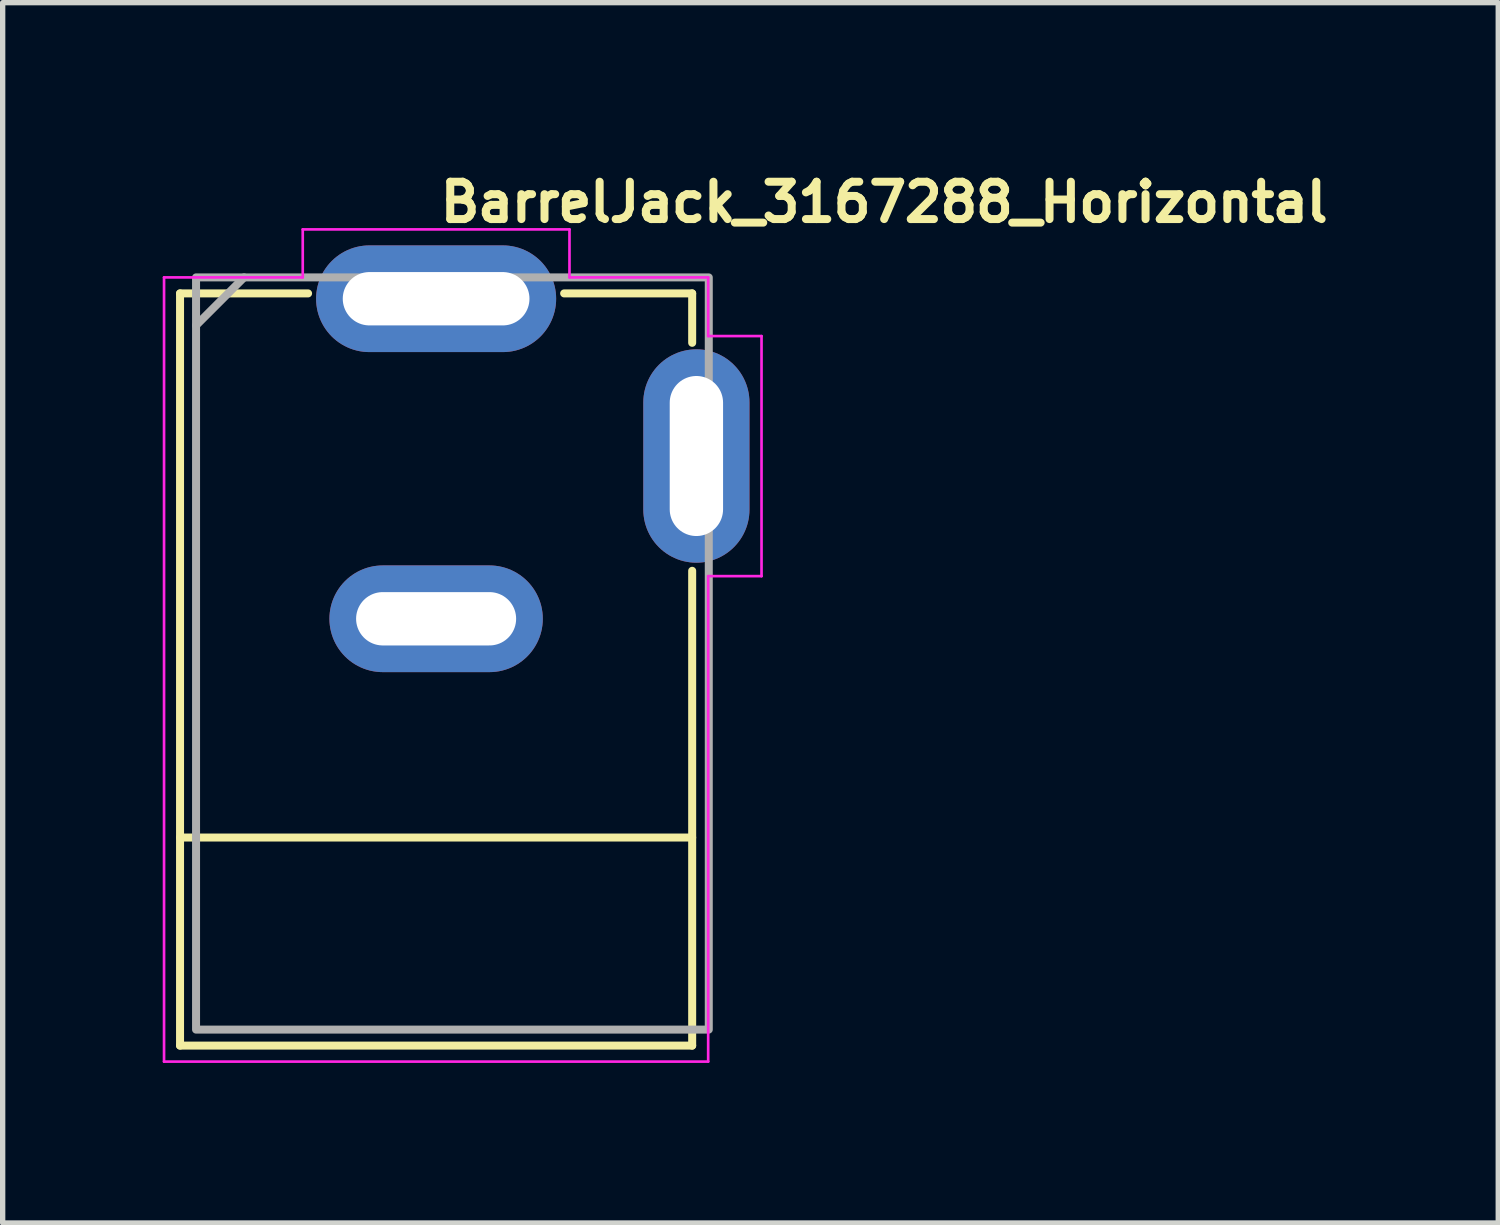
<source format=kicad_pcb>
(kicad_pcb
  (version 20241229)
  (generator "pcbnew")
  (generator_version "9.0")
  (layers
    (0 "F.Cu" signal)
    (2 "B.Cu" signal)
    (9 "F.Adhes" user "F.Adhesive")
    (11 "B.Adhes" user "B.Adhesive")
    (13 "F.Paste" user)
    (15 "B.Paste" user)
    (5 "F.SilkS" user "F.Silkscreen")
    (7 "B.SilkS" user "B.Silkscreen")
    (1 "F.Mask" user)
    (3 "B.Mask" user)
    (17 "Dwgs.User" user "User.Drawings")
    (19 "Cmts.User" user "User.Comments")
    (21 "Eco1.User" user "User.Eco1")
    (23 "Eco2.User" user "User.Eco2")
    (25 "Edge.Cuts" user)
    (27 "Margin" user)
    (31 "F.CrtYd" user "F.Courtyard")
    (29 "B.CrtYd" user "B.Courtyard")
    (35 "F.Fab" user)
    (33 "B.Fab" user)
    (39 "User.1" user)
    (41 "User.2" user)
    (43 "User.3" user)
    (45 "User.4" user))
  (footprint "BarrelJack_3167288_Horizontal"
    (layer "F.Cu")
    (at 5.125 2.55)
    (property "Reference" "BarrelJack_3167288_Horizontal" (at 0 -1.4 0) (layer "F.SilkS") (effects (font (size 0.7 0.7) (thickness 0.15)) (justify left bottom)))
    (attr through_hole)
    (fp_line (start -4.8 -0.1) (end -2.4 -0.1) (stroke (width 0.15) (type solid)) (layer "F.SilkS"))
    (fp_line (start -4.8 10.1) (end 4.8 10.1) (stroke (width 0.15) (type solid)) (layer "F.SilkS"))
    (fp_line (start -4.8 14) (end -4.8 -0.1) (stroke (width 0.15) (type solid)) (layer "F.SilkS"))
    (fp_line (start -4.8 14) (end 4.8 14) (stroke (width 0.15) (type solid)) (layer "F.SilkS"))
    (fp_line (start 2.4 -0.1) (end 4.8 -0.1) (stroke (width 0.15) (type solid)) (layer "F.SilkS"))
    (fp_line (start 4.8 -0.1) (end 4.8 0.826) (stroke (width 0.15) (type solid)) (layer "F.SilkS"))
    (fp_line (start 4.8 14) (end 4.8 5.1) (stroke (width 0.15) (type solid)) (layer "F.SilkS"))
    (fp_line (start -5.1 -0.4) (end -5.1 14.3) (stroke (width 0.05) (type solid)) (layer "F.CrtYd"))
    (fp_line (start -5.1 14.3) (end 5.1 14.3) (stroke (width 0.05) (type solid)) (layer "F.CrtYd"))
    (fp_line (start -2.5 -1.3) (end -2.5 -0.4) (stroke (width 0.05) (type solid)) (layer "F.CrtYd"))
    (fp_line (start -2.5 -0.4) (end -5.1 -0.4) (stroke (width 0.05) (type solid)) (layer "F.CrtYd"))
    (fp_line (start 2.5 -1.3) (end -2.5 -1.3) (stroke (width 0.05) (type solid)) (layer "F.CrtYd"))
    (fp_line (start 2.5 -0.4) (end 2.5 -1.3) (stroke (width 0.05) (type solid)) (layer "F.CrtYd"))
    (fp_line (start 5.1 -0.4) (end 2.5 -0.4) (stroke (width 0.05) (type solid)) (layer "F.CrtYd"))
    (fp_line (start 5.1 0.7) (end 5.1 -0.4) (stroke (width 0.05) (type solid)) (layer "F.CrtYd"))
    (fp_line (start 5.1 5.2) (end 6.1 5.2) (stroke (width 0.05) (type solid)) (layer "F.CrtYd"))
    (fp_line (start 5.1 14.3) (end 5.1 5.2) (stroke (width 0.05) (type solid)) (layer "F.CrtYd"))
    (fp_line (start 6.1 0.7) (end 5.1 0.7) (stroke (width 0.05) (type solid)) (layer "F.CrtYd"))
    (fp_line (start 6.1 5.2) (end 6.1 0.7) (stroke (width 0.05) (type solid)) (layer "F.CrtYd"))
    (fp_line (start -3.6 -0.4) (end -4.5 0.5) (stroke (width 0.15) (type solid)) (layer "F.Fab"))
    (fp_rect (start -4.5 -0.4) (end 5.111 13.7) (stroke (width 0.15) (type solid)) (fill no) (layer "F.Fab"))
    (fp_rect (start -4.488 -0.4) (end 5.111 13.7) (stroke (width 0.1) (type solid)) (fill no) (layer "User.5"))
    (fp_line (start -4.488 0.378) (end -4.487 0.368) (stroke (width 0.02) (type solid)) (layer "User.9"))
    (fp_line (start -4.488 0.389) (end -4.488 0.378) (stroke (width 0.02) (type solid)) (layer "User.9"))
    (fp_line (start -4.488 0.399) (end -4.488 0.389) (stroke (width 0.02) (type solid)) (layer "User.9"))
    (fp_line (start -4.488 0.399) (end -4.488 10.399) (stroke (width 0.02) (type solid)) (layer "User.9"))
    (fp_line (start -4.488 10.379) (end -4.488 10.389) (stroke (width 0.02) (type solid)) (layer "User.9"))
    (fp_line (start -4.488 10.389) (end -4.488 10.399) (stroke (width 0.02) (type solid)) (layer "User.9"))
    (fp_line (start -4.488 10.399) (end -4.488 0.399) (stroke (width 0.02) (type solid)) (layer "User.9"))
    (fp_line (start -4.488 13.5) (end -4.488 10.399) (stroke (width 0.02) (type solid)) (layer "User.9"))
    (fp_line (start -4.488 13.508) (end -4.488 13.5) (stroke (width 0.02) (type solid)) (layer "User.9"))
    (fp_line (start -4.488 13.51) (end -4.488 13.5) (stroke (width 0.02) (type solid)) (layer "User.9"))
    (fp_line (start -4.488 13.518) (end -4.488 13.508) (stroke (width 0.02) (type solid)) (layer "User.9"))
    (fp_line (start -4.488 13.52) (end -4.488 13.51) (stroke (width 0.02) (type solid)) (layer "User.9"))
    (fp_line (start -4.487 0.368) (end -4.485 0.359) (stroke (width 0.02) (type solid)) (layer "User.9"))
    (fp_line (start -4.487 10.369) (end -4.488 10.379) (stroke (width 0.02) (type solid)) (layer "User.9"))
    (fp_line (start -4.487 13.529) (end -4.488 13.518) (stroke (width 0.02) (type solid)) (layer "User.9"))
    (fp_line (start -4.487 13.53) (end -4.488 13.52) (stroke (width 0.02) (type solid)) (layer "User.9"))
    (fp_line (start -4.485 0.359) (end -4.482 0.35) (stroke (width 0.02) (type solid)) (layer "User.9"))
    (fp_line (start -4.485 10.358) (end -4.487 10.369) (stroke (width 0.02) (type solid)) (layer "User.9"))
    (fp_line (start -4.485 13.539) (end -4.487 13.529) (stroke (width 0.02) (type solid)) (layer "User.9"))
    (fp_line (start -4.485 13.54) (end -4.487 13.53) (stroke (width 0.02) (type solid)) (layer "User.9"))
    (fp_line (start -4.482 0.35) (end -4.48 0.339) (stroke (width 0.02) (type solid)) (layer "User.9"))
    (fp_line (start -4.482 10.35) (end -4.485 10.358) (stroke (width 0.02) (type solid)) (layer "User.9"))
    (fp_line (start -4.482 13.547) (end -4.485 13.539) (stroke (width 0.02) (type solid)) (layer "User.9"))
    (fp_line (start -4.482 13.549) (end -4.485 13.54) (stroke (width 0.02) (type solid)) (layer "User.9"))
    (fp_line (start -4.48 0.339) (end -4.477 0.331) (stroke (width 0.02) (type solid)) (layer "User.9"))
    (fp_line (start -4.48 10.34) (end -4.482 10.35) (stroke (width 0.02) (type solid)) (layer "User.9"))
    (fp_line (start -4.48 13.558) (end -4.482 13.547) (stroke (width 0.02) (type solid)) (layer "User.9"))
    (fp_line (start -4.48 13.559) (end -4.482 13.549) (stroke (width 0.02) (type solid)) (layer "User.9"))
    (fp_line (start -4.477 0.331) (end -4.474 0.322) (stroke (width 0.02) (type solid)) (layer "User.9"))
    (fp_line (start -4.477 10.331) (end -4.48 10.34) (stroke (width 0.02) (type solid)) (layer "User.9"))
    (fp_line (start -4.477 13.566) (end -4.48 13.558) (stroke (width 0.02) (type solid)) (layer "User.9"))
    (fp_line (start -4.477 13.568) (end -4.48 13.559) (stroke (width 0.02) (type solid)) (layer "User.9"))
    (fp_line (start -4.474 0.322) (end -4.469 0.312) (stroke (width 0.02) (type solid)) (layer "User.9"))
    (fp_line (start -4.474 10.322) (end -4.477 10.331) (stroke (width 0.02) (type solid)) (layer "User.9"))
    (fp_line (start -4.474 13.575) (end -4.477 13.566) (stroke (width 0.02) (type solid)) (layer "User.9"))
    (fp_line (start -4.474 13.577) (end -4.477 13.568) (stroke (width 0.02) (type solid)) (layer "User.9"))
    (fp_line (start -4.469 0.312) (end -4.464 0.304) (stroke (width 0.02) (type solid)) (layer "User.9"))
    (fp_line (start -4.469 10.312) (end -4.474 10.322) (stroke (width 0.02) (type solid)) (layer "User.9"))
    (fp_line (start -4.469 13.584) (end -4.474 13.575) (stroke (width 0.02) (type solid)) (layer "User.9"))
    (fp_line (start -4.469 13.585) (end -4.474 13.577) (stroke (width 0.02) (type solid)) (layer "User.9"))
    (fp_line (start -4.464 0.304) (end -4.459 0.295) (stroke (width 0.02) (type solid)) (layer "User.9"))
    (fp_line (start -4.464 10.303) (end -4.469 10.312) (stroke (width 0.02) (type solid)) (layer "User.9"))
    (fp_line (start -4.464 13.594) (end -4.469 13.584) (stroke (width 0.02) (type solid)) (layer "User.9"))
    (fp_line (start -4.464 13.594) (end -4.469 13.585) (stroke (width 0.02) (type solid)) (layer "User.9"))
    (fp_line (start -4.461 13.601) (end -4.464 13.594) (stroke (width 0.02) (type solid)) (layer "User.9"))
    (fp_line (start -4.459 0.295) (end -4.455 0.288) (stroke (width 0.02) (type solid)) (layer "User.9"))
    (fp_line (start -4.459 10.296) (end -4.464 10.303) (stroke (width 0.02) (type solid)) (layer "User.9"))
    (fp_line (start -4.459 13.603) (end -4.464 13.594) (stroke (width 0.02) (type solid)) (layer "User.9"))
    (fp_line (start -4.455 0.288) (end -4.45 0.279) (stroke (width 0.02) (type solid)) (layer "User.9"))
    (fp_line (start -4.455 10.287) (end -4.459 10.296) (stroke (width 0.02) (type solid)) (layer "User.9"))
    (fp_line (start -4.455 13.61) (end -4.461 13.601) (stroke (width 0.02) (type solid)) (layer "User.9"))
    (fp_line (start -4.455 13.61) (end -4.459 13.603) (stroke (width 0.02) (type solid)) (layer "User.9"))
    (fp_line (start -4.45 0.279) (end -4.443 0.272) (stroke (width 0.02) (type solid)) (layer "User.9"))
    (fp_line (start -4.45 10.28) (end -4.455 10.287) (stroke (width 0.02) (type solid)) (layer "User.9"))
    (fp_line (start -4.45 13.619) (end -4.455 13.61) (stroke (width 0.02) (type solid)) (layer "User.9"))
    (fp_line (start -4.45 13.619) (end -4.455 13.61) (stroke (width 0.02) (type solid)) (layer "User.9"))
    (fp_line (start -4.443 0.272) (end -4.437 0.264) (stroke (width 0.02) (type solid)) (layer "User.9"))
    (fp_line (start -4.443 10.271) (end -4.45 10.28) (stroke (width 0.02) (type solid)) (layer "User.9"))
    (fp_line (start -4.443 13.626) (end -4.45 13.619) (stroke (width 0.02) (type solid)) (layer "User.9"))
    (fp_line (start -4.443 13.626) (end -4.45 13.619) (stroke (width 0.02) (type solid)) (layer "User.9"))
    (fp_line (start -4.437 0.264) (end -4.431 0.258) (stroke (width 0.02) (type solid)) (layer "User.9"))
    (fp_line (start -4.437 10.264) (end -4.443 10.271) (stroke (width 0.02) (type solid)) (layer "User.9"))
    (fp_line (start -4.437 13.633) (end -4.443 13.626) (stroke (width 0.02) (type solid)) (layer "User.9"))
    (fp_line (start -4.437 13.633) (end -4.443 13.626) (stroke (width 0.02) (type solid)) (layer "User.9"))
    (fp_line (start -4.431 0.258) (end -4.424 0.252) (stroke (width 0.02) (type solid)) (layer "User.9"))
    (fp_line (start -4.431 10.258) (end -4.437 10.264) (stroke (width 0.02) (type solid)) (layer "User.9"))
    (fp_line (start -4.431 13.64) (end -4.437 13.633) (stroke (width 0.02) (type solid)) (layer "User.9"))
    (fp_line (start -4.431 13.64) (end -4.437 13.633) (stroke (width 0.02) (type solid)) (layer "User.9"))
    (fp_line (start -4.431 13.64) (end -4.431 13.64) (stroke (width 0.02) (type solid)) (layer "User.9"))
    (fp_line (start -4.424 0.252) (end -4.416 0.245) (stroke (width 0.02) (type solid)) (layer "User.9"))
    (fp_line (start -4.424 10.251) (end -4.431 10.258) (stroke (width 0.02) (type solid)) (layer "User.9"))
    (fp_line (start -4.424 13.648) (end -4.431 13.64) (stroke (width 0.02) (type solid)) (layer "User.9"))
    (fp_line (start -4.424 13.648) (end -4.431 13.64) (stroke (width 0.02) (type solid)) (layer "User.9"))
    (fp_line (start -4.416 0.245) (end -4.408 0.239) (stroke (width 0.02) (type solid)) (layer "User.9"))
    (fp_line (start -4.416 10.245) (end -4.424 10.251) (stroke (width 0.02) (type solid)) (layer "User.9"))
    (fp_line (start -4.416 13.654) (end -4.424 13.648) (stroke (width 0.02) (type solid)) (layer "User.9"))
    (fp_line (start -4.416 13.654) (end -4.424 13.648) (stroke (width 0.02) (type solid)) (layer "User.9"))
    (fp_line (start -4.408 0.239) (end -4.4 0.233) (stroke (width 0.02) (type solid)) (layer "User.9"))
    (fp_line (start -4.408 10.238) (end -4.416 10.245) (stroke (width 0.02) (type solid)) (layer "User.9"))
    (fp_line (start -4.408 13.659) (end -4.416 13.654) (stroke (width 0.02) (type solid)) (layer "User.9"))
    (fp_line (start -4.408 13.659) (end -4.416 13.654) (stroke (width 0.02) (type solid)) (layer "User.9"))
    (fp_line (start -4.4 0.233) (end -4.392 0.229) (stroke (width 0.02) (type solid)) (layer "User.9"))
    (fp_line (start -4.4 10.233) (end -4.408 10.238) (stroke (width 0.02) (type solid)) (layer "User.9"))
    (fp_line (start -4.4 13.665) (end -4.408 13.659) (stroke (width 0.02) (type solid)) (layer "User.9"))
    (fp_line (start -4.4 13.665) (end -4.408 13.659) (stroke (width 0.02) (type solid)) (layer "User.9"))
    (fp_line (start -4.392 0.229) (end -4.384 0.224) (stroke (width 0.02) (type solid)) (layer "User.9"))
    (fp_line (start -4.392 10.229) (end -4.4 10.233) (stroke (width 0.02) (type solid)) (layer "User.9"))
    (fp_line (start -4.392 13.671) (end -4.4 13.665) (stroke (width 0.02) (type solid)) (layer "User.9"))
    (fp_line (start -4.392 13.671) (end -4.4 13.665) (stroke (width 0.02) (type solid)) (layer "User.9"))
    (fp_line (start -4.384 0.224) (end -4.376 0.218) (stroke (width 0.02) (type solid)) (layer "User.9"))
    (fp_line (start -4.384 10.223) (end -4.392 10.229) (stroke (width 0.02) (type solid)) (layer "User.9"))
    (fp_line (start -4.384 13.674) (end -4.392 13.671) (stroke (width 0.02) (type solid)) (layer "User.9"))
    (fp_line (start -4.383 13.675) (end -4.392 13.671) (stroke (width 0.02) (type solid)) (layer "User.9"))
    (fp_line (start -4.376 0.218) (end -4.367 0.214) (stroke (width 0.02) (type solid)) (layer "User.9"))
    (fp_line (start -4.376 10.219) (end -4.384 10.223) (stroke (width 0.02) (type solid)) (layer "User.9"))
    (fp_line (start -4.376 13.68) (end -4.384 13.674) (stroke (width 0.02) (type solid)) (layer "User.9"))
    (fp_line (start -4.375 13.68) (end -4.383 13.675) (stroke (width 0.02) (type solid)) (layer "User.9"))
    (fp_line (start -4.367 0.214) (end -4.357 0.212) (stroke (width 0.02) (type solid)) (layer "User.9"))
    (fp_line (start -4.367 10.215) (end -4.376 10.219) (stroke (width 0.02) (type solid)) (layer "User.9"))
    (fp_line (start -4.367 13.684) (end -4.376 13.68) (stroke (width 0.02) (type solid)) (layer "User.9"))
    (fp_line (start -4.365 13.684) (end -4.375 13.68) (stroke (width 0.02) (type solid)) (layer "User.9"))
    (fp_line (start -4.357 0.212) (end -4.349 0.209) (stroke (width 0.02) (type solid)) (layer "User.9"))
    (fp_line (start -4.357 10.212) (end -4.367 10.215) (stroke (width 0.02) (type solid)) (layer "User.9"))
    (fp_line (start -4.357 13.687) (end -4.367 13.684) (stroke (width 0.02) (type solid)) (layer "User.9"))
    (fp_line (start -4.357 13.687) (end -4.365 13.684) (stroke (width 0.02) (type solid)) (layer "User.9"))
    (fp_line (start -4.349 0.209) (end -4.339 0.206) (stroke (width 0.02) (type solid)) (layer "User.9"))
    (fp_line (start -4.349 10.209) (end -4.357 10.212) (stroke (width 0.02) (type solid)) (layer "User.9"))
    (fp_line (start -4.349 13.69) (end -4.357 13.687) (stroke (width 0.02) (type solid)) (layer "User.9"))
    (fp_line (start -4.347 13.69) (end -4.357 13.687) (stroke (width 0.02) (type solid)) (layer "User.9"))
    (fp_line (start -4.339 0.206) (end -4.33 0.204) (stroke (width 0.02) (type solid)) (layer "User.9"))
    (fp_line (start -4.339 10.206) (end -4.349 10.209) (stroke (width 0.02) (type solid)) (layer "User.9"))
    (fp_line (start -4.339 13.693) (end -4.349 13.69) (stroke (width 0.02) (type solid)) (layer "User.9"))
    (fp_line (start -4.338 13.693) (end -4.347 13.69) (stroke (width 0.02) (type solid)) (layer "User.9"))
    (fp_line (start -4.33 0.204) (end -4.32 0.202) (stroke (width 0.02) (type solid)) (layer "User.9"))
    (fp_line (start -4.33 10.203) (end -4.339 10.206) (stroke (width 0.02) (type solid)) (layer "User.9"))
    (fp_line (start -4.33 13.696) (end -4.339 13.693) (stroke (width 0.02) (type solid)) (layer "User.9"))
    (fp_line (start -4.328 13.696) (end -4.338 13.693) (stroke (width 0.02) (type solid)) (layer "User.9"))
    (fp_line (start -4.32 0.202) (end -4.309 0.201) (stroke (width 0.02) (type solid)) (layer "User.9"))
    (fp_line (start -4.32 10.201) (end -4.33 10.203) (stroke (width 0.02) (type solid)) (layer "User.9"))
    (fp_line (start -4.32 13.697) (end -4.33 13.696) (stroke (width 0.02) (type solid)) (layer "User.9"))
    (fp_line (start -4.318 13.697) (end -4.328 13.696) (stroke (width 0.02) (type solid)) (layer "User.9"))
    (fp_line (start -4.309 0.201) (end -4.299 0.2) (stroke (width 0.02) (type solid)) (layer "User.9"))
    (fp_line (start -4.309 10.2) (end -4.32 10.201) (stroke (width 0.02) (type solid)) (layer "User.9"))
    (fp_line (start -4.309 13.699) (end -4.32 13.697) (stroke (width 0.02) (type solid)) (layer "User.9"))
    (fp_line (start -4.309 13.699) (end -4.318 13.697) (stroke (width 0.02) (type solid)) (layer "User.9"))
    (fp_line (start -4.299 0.2) (end -4.288 0.2) (stroke (width 0.02) (type solid)) (layer "User.9"))
    (fp_line (start -4.299 10.2) (end -4.309 10.2) (stroke (width 0.02) (type solid)) (layer "User.9"))
    (fp_line (start -4.299 13.699) (end -4.309 13.699) (stroke (width 0.02) (type solid)) (layer "User.9"))
    (fp_line (start -4.299 13.699) (end -4.309 13.699) (stroke (width 0.02) (type solid)) (layer "User.9"))
    (fp_line (start -4.288 0.2) (end -4.184 0.2) (stroke (width 0.02) (type solid)) (layer "User.9"))
    (fp_line (start -4.288 10.2) (end -4.299 10.2) (stroke (width 0.02) (type solid)) (layer "User.9"))
    (fp_line (start -4.288 10.2) (end 4.311 10.2) (stroke (width 0.02) (type solid)) (layer "User.9"))
    (fp_line (start -4.288 13.7) (end -4.299 13.699) (stroke (width 0.02) (type solid)) (layer "User.9"))
    (fp_line (start -4.288 13.7) (end -4.299 13.699) (stroke (width 0.02) (type solid)) (layer "User.9"))
    (fp_line (start -4.189 10.2) (end -4.187 10.2) (stroke (width 0.02) (type solid)) (layer "User.9"))
    (fp_line (start -4.187 10.2) (end -4.187 10.2) (stroke (width 0.02) (type solid)) (layer "User.9"))
    (fp_line (start -4.187 10.2) (end -4.185 10.2) (stroke (width 0.02) (type solid)) (layer "User.9"))
    (fp_line (start -4.185 10.2) (end -4.184 10.2) (stroke (width 0.02) (type solid)) (layer "User.9"))
    (fp_line (start -4.184 10.2) (end -4.174 10.199) (stroke (width 0.02) (type solid)) (layer "User.9"))
    (fp_line (start -4.174 10.199) (end -4.163 10.197) (stroke (width 0.02) (type solid)) (layer "User.9"))
    (fp_line (start -4.163 10.197) (end -4.152 10.196) (stroke (width 0.02) (type solid)) (layer "User.9"))
    (fp_line (start -4.152 10.196) (end -4.142 10.194) (stroke (width 0.02) (type solid)) (layer "User.9"))
    (fp_line (start -4.142 10.194) (end -4.133 10.19) (stroke (width 0.02) (type solid)) (layer "User.9"))
    (fp_line (start -4.133 10.19) (end -4.122 10.187) (stroke (width 0.02) (type solid)) (layer "User.9"))
    (fp_line (start -4.122 10.187) (end -4.113 10.184) (stroke (width 0.02) (type solid)) (layer "User.9"))
    (fp_line (start -4.113 10.184) (end -4.104 10.181) (stroke (width 0.02) (type solid)) (layer "User.9"))
    (fp_line (start -4.104 10.181) (end -4.096 10.177) (stroke (width 0.02) (type solid)) (layer "User.9"))
    (fp_line (start -4.096 10.177) (end -4.087 10.171) (stroke (width 0.02) (type solid)) (layer "User.9"))
    (fp_line (start -4.087 10.171) (end -4.079 10.167) (stroke (width 0.02) (type solid)) (layer "User.9"))
    (fp_line (start -4.079 10.167) (end -4.071 10.161) (stroke (width 0.02) (type solid)) (layer "User.9"))
    (fp_line (start -4.071 10.161) (end -4.064 10.155) (stroke (width 0.02) (type solid)) (layer "User.9"))
    (fp_line (start -4.064 10.155) (end -4.056 10.149) (stroke (width 0.02) (type solid)) (layer "User.9"))
    (fp_line (start -4.056 10.149) (end -4.048 10.142) (stroke (width 0.02) (type solid)) (layer "User.9"))
    (fp_line (start -4.048 10.142) (end -4.043 10.136) (stroke (width 0.02) (type solid)) (layer "User.9"))
    (fp_line (start -4.043 10.136) (end -4.036 10.129) (stroke (width 0.02) (type solid)) (layer "User.9"))
    (fp_line (start -4.036 10.129) (end -4.029 10.122) (stroke (width 0.02) (type solid)) (layer "User.9"))
    (fp_line (start -4.029 10.122) (end -4.024 10.113) (stroke (width 0.02) (type solid)) (layer "User.9"))
    (fp_line (start -4.024 10.113) (end -4.019 10.106) (stroke (width 0.02) (type solid)) (layer "User.9"))
    (fp_line (start -4.019 10.106) (end -4.013 10.097) (stroke (width 0.02) (type solid)) (layer "User.9"))
    (fp_line (start -4.013 10.097) (end -4.009 10.09) (stroke (width 0.02) (type solid)) (layer "User.9"))
    (fp_line (start -4.009 10.09) (end -4.004 10.081) (stroke (width 0.02) (type solid)) (layer "User.9"))
    (fp_line (start -4.004 10.081) (end -4 10.072) (stroke (width 0.02) (type solid)) (layer "User.9"))
    (fp_line (start -4 10.072) (end -3.997 10.063) (stroke (width 0.02) (type solid)) (layer "User.9"))
    (fp_line (start -3.997 10.063) (end -3.995 10.055) (stroke (width 0.02) (type solid)) (layer "User.9"))
    (fp_line (start -3.995 10.055) (end -3.992 10.046) (stroke (width 0.02) (type solid)) (layer "User.9"))
    (fp_line (start -3.992 10.046) (end -3.989 10.036) (stroke (width 0.02) (type solid)) (layer "User.9"))
    (fp_line (start -3.989 10.036) (end -3.988 10.027) (stroke (width 0.02) (type solid)) (layer "User.9"))
    (fp_line (start -3.988 10.027) (end -3.985 10.017) (stroke (width 0.02) (type solid)) (layer "User.9"))
    (fp_line (start -3.985 10.017) (end -3.984 10.008) (stroke (width 0.02) (type solid)) (layer "User.9"))
    (fp_line (start -3.984 10.008) (end -3.984 9.999) (stroke (width 0.02) (type solid)) (layer "User.9"))
    (fp_line (start -3.907 0.2) (end -4.184 0.2) (stroke (width 0.02) (type solid)) (layer "User.9"))
    (fp_line (start -3.907 0.2) (end -3.907 0.2) (stroke (width 0.02) (type solid)) (layer "User.9"))
    (fp_line (start -3.785 0.2) (end -3.907 0.2) (stroke (width 0.02) (type solid)) (layer "User.9"))
    (fp_line (start -3.785 0.2) (end -3.656 0.2) (stroke (width 0.02) (type solid)) (layer "User.9"))
    (fp_line (start -3.656 0.2) (end -3.656 0.2) (stroke (width 0.02) (type solid)) (layer "User.9"))
    (fp_line (start -3.656 0.2) (end -3.355 0.2) (stroke (width 0.02) (type solid)) (layer "User.9"))
    (fp_line (start -3.355 0.2) (end -3.355 0.2) (stroke (width 0.02) (type solid)) (layer "User.9"))
    (fp_line (start -3.355 0.2) (end -2.895 0.2) (stroke (width 0.02) (type solid)) (layer "User.9"))
    (fp_line (start -3.189 13.7) (end -3.189 13.7) (stroke (width 0.02) (type solid)) (layer "User.9"))
    (fp_line (start -2.895 0.2) (end -2.895 0.2) (stroke (width 0.02) (type solid)) (layer "User.9"))
    (fp_line (start -2.895 0.2) (end -2.297 0.2) (stroke (width 0.02) (type solid)) (layer "User.9"))
    (fp_line (start -2.297 0.2) (end -2.297 0.2) (stroke (width 0.02) (type solid)) (layer "User.9"))
    (fp_line (start -2.297 0.2) (end -1.591 0.2) (stroke (width 0.02) (type solid)) (layer "User.9"))
    (fp_line (start -1.851 -0.115) (end -1.849 -0.12) (stroke (width 0.02) (type solid)) (layer "User.9"))
    (fp_line (start -1.851 -0.11) (end -1.851 -0.115) (stroke (width 0.02) (type solid)) (layer "User.9"))
    (fp_line (start -1.851 -0.105) (end -1.851 -0.11) (stroke (width 0.02) (type solid)) (layer "User.9"))
    (fp_line (start -1.851 -0.101) (end -1.851 -0.105) (stroke (width 0.02) (type solid)) (layer "User.9"))
    (fp_line (start -1.851 -0.101) (end -1.851 -0.101) (stroke (width 0.02) (type solid)) (layer "User.9"))
    (fp_line (start -1.851 -0.101) (end -1.766 -0.101) (stroke (width 0.02) (type solid)) (layer "User.9"))
    (fp_line (start -1.851 0.1) (end -1.851 -0.101) (stroke (width 0.02) (type solid)) (layer "User.9"))
    (fp_line (start -1.851 0.1) (end -1.851 0.1) (stroke (width 0.02) (type solid)) (layer "User.9"))
    (fp_line (start -1.851 0.1) (end -1.851 0.104) (stroke (width 0.02) (type solid)) (layer "User.9"))
    (fp_line (start -1.851 0.1) (end -1.756 0.1) (stroke (width 0.02) (type solid)) (layer "User.9"))
    (fp_line (start -1.851 0.104) (end -1.851 0.109) (stroke (width 0.02) (type solid)) (layer "User.9"))
    (fp_line (start -1.851 0.109) (end -1.851 0.114) (stroke (width 0.02) (type solid)) (layer "User.9"))
    (fp_line (start -1.851 0.114) (end -1.849 0.118) (stroke (width 0.02) (type solid)) (layer "User.9"))
    (fp_line (start -1.849 -0.125) (end -1.847 -0.129) (stroke (width 0.02) (type solid)) (layer "User.9"))
    (fp_line (start -1.849 -0.12) (end -1.849 -0.125) (stroke (width 0.02) (type solid)) (layer "User.9"))
    (fp_line (start -1.849 0.118) (end -1.849 0.124) (stroke (width 0.02) (type solid)) (layer "User.9"))
    (fp_line (start -1.849 0.124) (end -1.847 0.128) (stroke (width 0.02) (type solid)) (layer "User.9"))
    (fp_line (start -1.847 -0.129) (end -1.845 -0.135) (stroke (width 0.02) (type solid)) (layer "User.9"))
    (fp_line (start -1.847 0.128) (end -1.845 0.133) (stroke (width 0.02) (type solid)) (layer "User.9"))
    (fp_line (start -1.845 -0.135) (end -1.843 -0.139) (stroke (width 0.02) (type solid)) (layer "User.9"))
    (fp_line (start -1.845 0.133) (end -1.843 0.137) (stroke (width 0.02) (type solid)) (layer "User.9"))
    (fp_line (start -1.843 -0.139) (end -1.841 -0.144) (stroke (width 0.02) (type solid)) (layer "User.9"))
    (fp_line (start -1.843 0.137) (end -1.841 0.142) (stroke (width 0.02) (type solid)) (layer "User.9"))
    (fp_line (start -1.841 -0.144) (end -1.839 -0.148) (stroke (width 0.02) (type solid)) (layer "User.9"))
    (fp_line (start -1.841 0.142) (end -1.839 0.145) (stroke (width 0.02) (type solid)) (layer "User.9"))
    (fp_line (start -1.839 -0.148) (end -1.837 -0.152) (stroke (width 0.02) (type solid)) (layer "User.9"))
    (fp_line (start -1.839 0.145) (end -1.837 0.151) (stroke (width 0.02) (type solid)) (layer "User.9"))
    (fp_line (start -1.837 -0.152) (end -1.835 -0.156) (stroke (width 0.02) (type solid)) (layer "User.9"))
    (fp_line (start -1.837 0.151) (end -1.835 0.154) (stroke (width 0.02) (type solid)) (layer "User.9"))
    (fp_line (start -1.835 -0.156) (end -1.831 -0.16) (stroke (width 0.02) (type solid)) (layer "User.9"))
    (fp_line (start -1.835 0.154) (end -1.831 0.158) (stroke (width 0.02) (type solid)) (layer "User.9"))
    (fp_line (start -1.831 -0.16) (end -1.829 -0.164) (stroke (width 0.02) (type solid)) (layer "User.9"))
    (fp_line (start -1.831 0.158) (end -1.829 0.161) (stroke (width 0.02) (type solid)) (layer "User.9"))
    (fp_line (start -1.829 -0.164) (end -1.825 -0.167) (stroke (width 0.02) (type solid)) (layer "User.9"))
    (fp_line (start -1.829 0.161) (end -1.825 0.166) (stroke (width 0.02) (type solid)) (layer "User.9"))
    (fp_line (start -1.825 -0.167) (end -1.821 -0.171) (stroke (width 0.02) (type solid)) (layer "User.9"))
    (fp_line (start -1.825 0.166) (end -1.821 0.169) (stroke (width 0.02) (type solid)) (layer "User.9"))
    (fp_line (start -1.821 -0.171) (end -1.819 -0.174) (stroke (width 0.02) (type solid)) (layer "User.9"))
    (fp_line (start -1.821 0.169) (end -1.819 0.173) (stroke (width 0.02) (type solid)) (layer "User.9"))
    (fp_line (start -1.819 -0.174) (end -1.815 -0.177) (stroke (width 0.02) (type solid)) (layer "User.9"))
    (fp_line (start -1.819 0.173) (end -1.815 0.176) (stroke (width 0.02) (type solid)) (layer "User.9"))
    (fp_line (start -1.815 -0.177) (end -1.811 -0.18) (stroke (width 0.02) (type solid)) (layer "User.9"))
    (fp_line (start -1.815 0.176) (end -1.811 0.178) (stroke (width 0.02) (type solid)) (layer "User.9"))
    (fp_line (start -1.811 -0.18) (end -1.807 -0.183) (stroke (width 0.02) (type solid)) (layer "User.9"))
    (fp_line (start -1.811 0.178) (end -1.807 0.182) (stroke (width 0.02) (type solid)) (layer "User.9"))
    (fp_line (start -1.807 -0.183) (end -1.803 -0.186) (stroke (width 0.02) (type solid)) (layer "User.9"))
    (fp_line (start -1.807 0.182) (end -1.803 0.185) (stroke (width 0.02) (type solid)) (layer "User.9"))
    (fp_line (start -1.803 -0.186) (end -1.798 -0.188) (stroke (width 0.02) (type solid)) (layer "User.9"))
    (fp_line (start -1.803 0.185) (end -1.798 0.188) (stroke (width 0.02) (type solid)) (layer "User.9"))
    (fp_line (start -1.798 -0.188) (end -1.794 -0.191) (stroke (width 0.02) (type solid)) (layer "User.9"))
    (fp_line (start -1.798 0.188) (end -1.794 0.19) (stroke (width 0.02) (type solid)) (layer "User.9"))
    (fp_line (start -1.794 -0.191) (end -1.79 -0.193) (stroke (width 0.02) (type solid)) (layer "User.9"))
    (fp_line (start -1.794 0.19) (end -1.79 0.192) (stroke (width 0.02) (type solid)) (layer "User.9"))
    (fp_line (start -1.79 -0.193) (end -1.786 -0.195) (stroke (width 0.02) (type solid)) (layer "User.9"))
    (fp_line (start -1.79 0.192) (end -1.786 0.194) (stroke (width 0.02) (type solid)) (layer "User.9"))
    (fp_line (start -1.786 -0.195) (end -1.78 -0.196) (stroke (width 0.02) (type solid)) (layer "User.9"))
    (fp_line (start -1.786 0.194) (end -1.78 0.195) (stroke (width 0.02) (type solid)) (layer "User.9"))
    (fp_line (start -1.78 -0.196) (end -1.776 -0.198) (stroke (width 0.02) (type solid)) (layer "User.9"))
    (fp_line (start -1.78 0.195) (end -1.776 0.197) (stroke (width 0.02) (type solid)) (layer "User.9"))
    (fp_line (start -1.776 -0.198) (end -1.77 -0.2) (stroke (width 0.02) (type solid)) (layer "User.9"))
    (fp_line (start -1.776 0.197) (end -1.77 0.198) (stroke (width 0.02) (type solid)) (layer "User.9"))
    (fp_line (start -1.77 -0.2) (end -1.766 -0.2) (stroke (width 0.02) (type solid)) (layer "User.9"))
    (fp_line (start -1.77 0.198) (end -1.766 0.198) (stroke (width 0.02) (type solid)) (layer "User.9"))
    (fp_line (start -1.766 -0.2) (end -1.762 -0.201) (stroke (width 0.02) (type solid)) (layer "User.9"))
    (fp_line (start -1.766 -0.101) (end -1.766 -0.101) (stroke (width 0.02) (type solid)) (layer "User.9"))
    (fp_line (start -1.766 -0.101) (end -1.508 -0.101) (stroke (width 0.02) (type solid)) (layer "User.9"))
    (fp_line (start -1.766 0.1) (end -1.851 0.1) (stroke (width 0.02) (type solid)) (layer "User.9"))
    (fp_line (start -1.766 0.1) (end -1.766 0.1) (stroke (width 0.02) (type solid)) (layer "User.9"))
    (fp_line (start -1.766 0.198) (end -1.762 0.198) (stroke (width 0.02) (type solid)) (layer "User.9"))
    (fp_line (start -1.762 -0.201) (end -1.756 -0.201) (stroke (width 0.02) (type solid)) (layer "User.9"))
    (fp_line (start -1.762 0.198) (end -1.756 0.2) (stroke (width 0.02) (type solid)) (layer "User.9"))
    (fp_line (start -1.756 -0.201) (end -1.75 -0.201) (stroke (width 0.02) (type solid)) (layer "User.9"))
    (fp_line (start -1.756 -0.101) (end -1.851 -0.101) (stroke (width 0.02) (type solid)) (layer "User.9"))
    (fp_line (start -1.756 -0.101) (end -1.756 -0.101) (stroke (width 0.02) (type solid)) (layer "User.9"))
    (fp_line (start -1.756 0.1) (end -1.756 0.1) (stroke (width 0.02) (type solid)) (layer "User.9"))
    (fp_line (start -1.756 0.1) (end -1.49 0.1) (stroke (width 0.02) (type solid)) (layer "User.9"))
    (fp_line (start -1.756 0.2) (end -1.75 0.2) (stroke (width 0.02) (type solid)) (layer "User.9"))
    (fp_line (start -1.75 -0.201) (end -1.75 -0.201) (stroke (width 0.02) (type solid)) (layer "User.9"))
    (fp_line (start -1.75 -0.201) (end -1.706 -0.201) (stroke (width 0.02) (type solid)) (layer "User.9"))
    (fp_line (start -1.75 -0.201) (end -1.661 -0.201) (stroke (width 0.02) (type solid)) (layer "User.9"))
    (fp_line (start -1.75 0.2) (end -1.75 0.2) (stroke (width 0.02) (type solid)) (layer "User.9"))
    (fp_line (start -1.75 0.2) (end -1.669 0.2) (stroke (width 0.02) (type solid)) (layer "User.9"))
    (fp_line (start -1.706 -0.201) (end -1.706 -0.201) (stroke (width 0.02) (type solid)) (layer "User.9"))
    (fp_line (start -1.706 -0.201) (end -1.577 -0.201) (stroke (width 0.02) (type solid)) (layer "User.9"))
    (fp_line (start -1.706 0.2) (end -1.75 0.2) (stroke (width 0.02) (type solid)) (layer "User.9"))
    (fp_line (start -1.706 0.2) (end -1.706 0.2) (stroke (width 0.02) (type solid)) (layer "User.9"))
    (fp_line (start -1.669 -0.201) (end -1.75 -0.201) (stroke (width 0.02) (type solid)) (layer "User.9"))
    (fp_line (start -1.669 -0.201) (end -1.669 -0.201) (stroke (width 0.02) (type solid)) (layer "User.9"))
    (fp_line (start -1.669 0.2) (end -1.669 0.2) (stroke (width 0.02) (type solid)) (layer "User.9"))
    (fp_line (start -1.669 0.2) (end -1.426 0.2) (stroke (width 0.02) (type solid)) (layer "User.9"))
    (fp_line (start -1.661 -0.201) (end -1.661 -0.201) (stroke (width 0.02) (type solid)) (layer "User.9"))
    (fp_line (start -1.661 -0.201) (end -1.409 -0.201) (stroke (width 0.02) (type solid)) (layer "User.9"))
    (fp_line (start -1.661 0.2) (end -1.75 0.2) (stroke (width 0.02) (type solid)) (layer "User.9"))
    (fp_line (start -1.661 0.2) (end -1.661 0.2) (stroke (width 0.02) (type solid)) (layer "User.9"))
    (fp_line (start -1.591 0.2) (end -1.591 0.2) (stroke (width 0.02) (type solid)) (layer "User.9"))
    (fp_line (start -1.591 0.2) (end -0.81 0.2) (stroke (width 0.02) (type solid)) (layer "User.9"))
    (fp_line (start -1.577 -0.201) (end -1.577 -0.201) (stroke (width 0.02) (type solid)) (layer "User.9"))
    (fp_line (start -1.577 -0.201) (end -1.367 -0.201) (stroke (width 0.02) (type solid)) (layer "User.9"))
    (fp_line (start -1.577 0.2) (end -1.706 0.2) (stroke (width 0.02) (type solid)) (layer "User.9"))
    (fp_line (start -1.577 0.2) (end -1.577 0.2) (stroke (width 0.02) (type solid)) (layer "User.9"))
    (fp_line (start -1.508 0.1) (end -1.766 0.1) (stroke (width 0.02) (type solid)) (layer "User.9"))
    (fp_line (start -1.49 -0.101) (end -1.756 -0.101) (stroke (width 0.02) (type solid)) (layer "User.9"))
    (fp_line (start -1.49 -0.101) (end -1.49 -0.101) (stroke (width 0.02) (type solid)) (layer "User.9"))
    (fp_line (start -1.49 0.1) (end -1.49 0.1) (stroke (width 0.02) (type solid)) (layer "User.9"))
    (fp_line (start -1.49 0.1) (end -1.079 0.1) (stroke (width 0.02) (type solid)) (layer "User.9"))
    (fp_line (start -1.426 -0.201) (end -1.75 -0.201) (stroke (width 0.02) (type solid)) (layer "User.9"))
    (fp_line (start -1.426 -0.201) (end -1.669 -0.201) (stroke (width 0.02) (type solid)) (layer "User.9"))
    (fp_line (start -1.426 0.2) (end -4.184 0.2) (stroke (width 0.02) (type solid)) (layer "User.9"))
    (fp_line (start -1.409 -0.201) (end -1.409 -0.201) (stroke (width 0.02) (type solid)) (layer "User.9"))
    (fp_line (start -1.409 -0.201) (end -1.02 -0.201) (stroke (width 0.02) (type solid)) (layer "User.9"))
    (fp_line (start -1.409 0.2) (end -1.661 0.2) (stroke (width 0.02) (type solid)) (layer "User.9"))
    (fp_line (start -1.409 0.2) (end -1.409 0.2) (stroke (width 0.02) (type solid)) (layer "User.9"))
    (fp_line (start -1.367 -0.201) (end -1.367 -0.201) (stroke (width 0.02) (type solid)) (layer "User.9"))
    (fp_line (start -1.367 -0.201) (end -1.088 -0.201) (stroke (width 0.02) (type solid)) (layer "User.9"))
    (fp_line (start -1.367 0.2) (end -1.577 0.2) (stroke (width 0.02) (type solid)) (layer "User.9"))
    (fp_line (start -1.367 0.2) (end -1.367 0.2) (stroke (width 0.02) (type solid)) (layer "User.9"))
    (fp_line (start -1.353 -0.216) (end -1.353 -0.216) (stroke (width 0.02) (type solid)) (layer "User.9"))
    (fp_line (start -1.353 -0.216) (end -1.353 -0.215) (stroke (width 0.02) (type solid)) (layer "User.9"))
    (fp_line (start -1.353 -0.215) (end -1.353 -0.215) (stroke (width 0.02) (type solid)) (layer "User.9"))
    (fp_line (start -1.353 -0.215) (end -1.353 -0.214) (stroke (width 0.02) (type solid)) (layer "User.9"))
    (fp_line (start -1.353 -0.214) (end -1.353 -0.214) (stroke (width 0.02) (type solid)) (layer "User.9"))
    (fp_line (start -1.353 -0.214) (end -1.353 -0.213) (stroke (width 0.02) (type solid)) (layer "User.9"))
    (fp_line (start -1.353 -0.213) (end -1.353 -0.213) (stroke (width 0.02) (type solid)) (layer "User.9"))
    (fp_line (start -1.353 -0.213) (end -1.353 -0.212) (stroke (width 0.02) (type solid)) (layer "User.9"))
    (fp_line (start -1.353 -0.212) (end -1.353 -0.212) (stroke (width 0.02) (type solid)) (layer "User.9"))
    (fp_line (start -1.353 -0.212) (end -1.353 -0.211) (stroke (width 0.02) (type solid)) (layer "User.9"))
    (fp_line (start -1.353 -0.211) (end -1.353 -0.211) (stroke (width 0.02) (type solid)) (layer "User.9"))
    (fp_line (start -1.353 -0.211) (end -1.353 -0.211) (stroke (width 0.02) (type solid)) (layer "User.9"))
    (fp_line (start -1.353 -0.211) (end -1.353 -0.21) (stroke (width 0.02) (type solid)) (layer "User.9"))
    (fp_line (start -1.353 -0.21) (end -1.353 -0.21) (stroke (width 0.02) (type solid)) (layer "User.9"))
    (fp_line (start -1.353 -0.21) (end -1.353 -0.209) (stroke (width 0.02) (type solid)) (layer "User.9"))
    (fp_line (start -1.353 -0.209) (end -1.353 -0.209) (stroke (width 0.02) (type solid)) (layer "User.9"))
    (fp_line (start -1.353 -0.209) (end -1.353 -0.208) (stroke (width 0.02) (type solid)) (layer "User.9"))
    (fp_line (start -1.353 -0.208) (end -1.353 -0.208) (stroke (width 0.02) (type solid)) (layer "User.9"))
    (fp_line (start -1.353 -0.208) (end -1.353 -0.208) (stroke (width 0.02) (type solid)) (layer "User.9"))
    (fp_line (start -1.353 -0.208) (end -1.353 -0.207) (stroke (width 0.02) (type solid)) (layer "User.9"))
    (fp_line (start -1.353 -0.207) (end -1.353 -0.207) (stroke (width 0.02) (type solid)) (layer "User.9"))
    (fp_line (start -1.353 -0.207) (end -1.351 -0.206) (stroke (width 0.02) (type solid)) (layer "User.9"))
    (fp_line (start -1.351 -0.218) (end -1.351 -0.218) (stroke (width 0.02) (type solid)) (layer "User.9"))
    (fp_line (start -1.351 -0.218) (end -1.351 -0.218) (stroke (width 0.02) (type solid)) (layer "User.9"))
    (fp_line (start -1.351 -0.218) (end -1.351 -0.217) (stroke (width 0.02) (type solid)) (layer "User.9"))
    (fp_line (start -1.351 -0.218) (end -1.333 -0.238) (stroke (width 0.02) (type solid)) (layer "User.9"))
    (fp_line (start -1.351 -0.217) (end -1.353 -0.216) (stroke (width 0.02) (type solid)) (layer "User.9"))
    (fp_line (start -1.351 -0.217) (end -1.351 -0.217) (stroke (width 0.02) (type solid)) (layer "User.9"))
    (fp_line (start -1.351 -0.217) (end -1.351 -0.217) (stroke (width 0.02) (type solid)) (layer "User.9"))
    (fp_line (start -1.351 -0.206) (end -1.351 -0.206) (stroke (width 0.02) (type solid)) (layer "User.9"))
    (fp_line (start -1.351 -0.206) (end -1.351 -0.205) (stroke (width 0.02) (type solid)) (layer "User.9"))
    (fp_line (start -1.351 -0.205) (end -1.351 -0.205) (stroke (width 0.02) (type solid)) (layer "User.9"))
    (fp_line (start -1.351 -0.205) (end -1.351 -0.205) (stroke (width 0.02) (type solid)) (layer "User.9"))
    (fp_line (start -1.351 -0.205) (end -1.351 -0.204) (stroke (width 0.02) (type solid)) (layer "User.9"))
    (fp_line (start -1.351 -0.204) (end -1.349 -0.204) (stroke (width 0.02) (type solid)) (layer "User.9"))
    (fp_line (start -1.349 -0.22) (end -1.349 -0.22) (stroke (width 0.02) (type solid)) (layer "User.9"))
    (fp_line (start -1.349 -0.22) (end -1.349 -0.219) (stroke (width 0.02) (type solid)) (layer "User.9"))
    (fp_line (start -1.349 -0.219) (end -1.351 -0.218) (stroke (width 0.02) (type solid)) (layer "User.9"))
    (fp_line (start -1.349 -0.219) (end -1.349 -0.219) (stroke (width 0.02) (type solid)) (layer "User.9"))
    (fp_line (start -1.349 -0.219) (end -1.349 -0.219) (stroke (width 0.02) (type solid)) (layer "User.9"))
    (fp_line (start -1.349 -0.204) (end -1.349 -0.204) (stroke (width 0.02) (type solid)) (layer "User.9"))
    (fp_line (start -1.349 -0.204) (end -1.349 -0.203) (stroke (width 0.02) (type solid)) (layer "User.9"))
    (fp_line (start -1.349 -0.203) (end -1.349 -0.203) (stroke (width 0.02) (type solid)) (layer "User.9"))
    (fp_line (start -1.349 -0.203) (end -1.349 -0.203) (stroke (width 0.02) (type solid)) (layer "User.9"))
    (fp_line (start -1.349 -0.203) (end -1.347 -0.203) (stroke (width 0.02) (type solid)) (layer "User.9"))
    (fp_line (start -1.347 -0.221) (end -1.347 -0.221) (stroke (width 0.02) (type solid)) (layer "User.9"))
    (fp_line (start -1.347 -0.221) (end -1.347 -0.221) (stroke (width 0.02) (type solid)) (layer "User.9"))
    (fp_line (start -1.347 -0.221) (end -1.347 -0.22) (stroke (width 0.02) (type solid)) (layer "User.9"))
    (fp_line (start -1.347 -0.22) (end -1.349 -0.22) (stroke (width 0.02) (type solid)) (layer "User.9"))
    (fp_line (start -1.347 -0.22) (end -1.347 -0.22) (stroke (width 0.02) (type solid)) (layer "User.9"))
    (fp_line (start -1.347 -0.203) (end -1.347 -0.202) (stroke (width 0.02) (type solid)) (layer "User.9"))
    (fp_line (start -1.347 -0.202) (end -1.347 -0.202) (stroke (width 0.02) (type solid)) (layer "User.9"))
    (fp_line (start -1.347 -0.202) (end -1.347 -0.202) (stroke (width 0.02) (type solid)) (layer "User.9"))
    (fp_line (start -1.347 -0.202) (end -1.347 -0.202) (stroke (width 0.02) (type solid)) (layer "User.9"))
    (fp_line (start -1.347 -0.202) (end -1.345 -0.202) (stroke (width 0.02) (type solid)) (layer "User.9"))
    (fp_line (start -1.345 -0.221) (end -1.347 -0.221) (stroke (width 0.02) (type solid)) (layer "User.9"))
    (fp_line (start -1.345 -0.221) (end -1.345 -0.221) (stroke (width 0.02) (type solid)) (layer "User.9"))
    (fp_line (start -1.345 -0.221) (end -1.345 -0.221) (stroke (width 0.02) (type solid)) (layer "User.9"))
    (fp_line (start -1.345 -0.221) (end -1.345 -0.221) (stroke (width 0.02) (type solid)) (layer "User.9"))
    (fp_line (start -1.345 -0.202) (end -1.345 -0.202) (stroke (width 0.02) (type solid)) (layer "User.9"))
    (fp_line (start -1.345 -0.202) (end -1.345 -0.202) (stroke (width 0.02) (type solid)) (layer "User.9"))
    (fp_line (start -1.345 -0.202) (end -1.345 -0.201) (stroke (width 0.02) (type solid)) (layer "User.9"))
    (fp_line (start -1.345 -0.201) (end -1.343 -0.201) (stroke (width 0.02) (type solid)) (layer "User.9"))
    (fp_line (start -1.343 -0.221) (end -1.345 -0.221) (stroke (width 0.02) (type solid)) (layer "User.9"))
    (fp_line (start -1.343 -0.221) (end -1.343 -0.221) (stroke (width 0.02) (type solid)) (layer "User.9"))
    (fp_line (start -1.343 -0.221) (end -1.343 -0.221) (stroke (width 0.02) (type solid)) (layer "User.9"))
    (fp_line (start -1.343 -0.221) (end -1.343 -0.221) (stroke (width 0.02) (type solid)) (layer "User.9"))
    (fp_line (start -1.343 -0.221) (end -1.343 -0.221) (stroke (width 0.02) (type solid)) (layer "User.9"))
    (fp_line (start -1.343 -0.201) (end -1.343 -0.201) (stroke (width 0.02) (type solid)) (layer "User.9"))
    (fp_line (start -1.343 -0.201) (end -1.343 -0.201) (stroke (width 0.02) (type solid)) (layer "User.9"))
    (fp_line (start -1.343 -0.201) (end -1.343 -0.201) (stroke (width 0.02) (type solid)) (layer "User.9"))
    (fp_line (start -1.343 -0.201) (end -1.343 -0.201) (stroke (width 0.02) (type solid)) (layer "User.9"))
    (fp_line (start -1.343 -0.201) (end -1.341 -0.202) (stroke (width 0.02) (type solid)) (layer "User.9"))
    (fp_line (start -1.343 -0.201) (end -1.309 -0.201) (stroke (width 0.02) (type solid)) (layer "User.9"))
    (fp_line (start -1.341 -0.221) (end -1.343 -0.221) (stroke (width 0.02) (type solid)) (layer "User.9"))
    (fp_line (start -1.341 -0.221) (end -1.341 -0.221) (stroke (width 0.02) (type solid)) (layer "User.9"))
    (fp_line (start -1.341 -0.221) (end -1.341 -0.221) (stroke (width 0.02) (type solid)) (layer "User.9"))
    (fp_line (start -1.341 -0.221) (end -1.341 -0.221) (stroke (width 0.02) (type solid)) (layer "User.9"))
    (fp_line (start -1.341 -0.202) (end -1.341 -0.202) (stroke (width 0.02) (type solid)) (layer "User.9"))
    (fp_line (start -1.341 -0.202) (end -1.341 -0.202) (stroke (width 0.02) (type solid)) (layer "User.9"))
    (fp_line (start -1.341 -0.202) (end -1.341 -0.202) (stroke (width 0.02) (type solid)) (layer "User.9"))
    (fp_line (start -1.341 -0.202) (end -1.339 -0.202) (stroke (width 0.02) (type solid)) (layer "User.9"))
    (fp_line (start -1.339 -0.221) (end -1.341 -0.221) (stroke (width 0.02) (type solid)) (layer "User.9"))
    (fp_line (start -1.339 -0.221) (end -1.339 -0.221) (stroke (width 0.02) (type solid)) (layer "User.9"))
    (fp_line (start -1.339 -0.22) (end -1.339 -0.221) (stroke (width 0.02) (type solid)) (layer "User.9"))
    (fp_line (start -1.339 -0.22) (end -1.339 -0.22) (stroke (width 0.02) (type solid)) (layer "User.9"))
    (fp_line (start -1.339 -0.22) (end -1.339 -0.22) (stroke (width 0.02) (type solid)) (layer "User.9"))
    (fp_line (start -1.339 -0.203) (end -1.339 -0.203) (stroke (width 0.02) (type solid)) (layer "User.9"))
    (fp_line (start -1.339 -0.203) (end -1.337 -0.203) (stroke (width 0.02) (type solid)) (layer "User.9"))
    (fp_line (start -1.339 -0.202) (end -1.339 -0.203) (stroke (width 0.02) (type solid)) (layer "User.9"))
    (fp_line (start -1.339 -0.202) (end -1.339 -0.202) (stroke (width 0.02) (type solid)) (layer "User.9"))
    (fp_line (start -1.339 -0.202) (end -1.339 -0.202) (stroke (width 0.02) (type solid)) (layer "User.9"))
    (fp_line (start -1.337 -0.22) (end -1.339 -0.22) (stroke (width 0.02) (type solid)) (layer "User.9"))
    (fp_line (start -1.337 -0.219) (end -1.337 -0.22) (stroke (width 0.02) (type solid)) (layer "User.9"))
    (fp_line (start -1.337 -0.219) (end -1.337 -0.219) (stroke (width 0.02) (type solid)) (layer "User.9"))
    (fp_line (start -1.337 -0.219) (end -1.337 -0.219) (stroke (width 0.02) (type solid)) (layer "User.9"))
    (fp_line (start -1.337 -0.218) (end -1.337 -0.219) (stroke (width 0.02) (type solid)) (layer "User.9"))
    (fp_line (start -1.337 -0.204) (end -1.337 -0.204) (stroke (width 0.02) (type solid)) (layer "User.9"))
    (fp_line (start -1.337 -0.204) (end -1.337 -0.204) (stroke (width 0.02) (type solid)) (layer "User.9"))
    (fp_line (start -1.337 -0.204) (end -1.335 -0.205) (stroke (width 0.02) (type solid)) (layer "User.9"))
    (fp_line (start -1.337 -0.203) (end -1.337 -0.204) (stroke (width 0.02) (type solid)) (layer "User.9"))
    (fp_line (start -1.337 -0.203) (end -1.337 -0.203) (stroke (width 0.02) (type solid)) (layer "User.9"))
    (fp_line (start -1.335 -0.218) (end -1.337 -0.218) (stroke (width 0.02) (type solid)) (layer "User.9"))
    (fp_line (start -1.335 -0.218) (end -1.335 -0.218) (stroke (width 0.02) (type solid)) (layer "User.9"))
    (fp_line (start -1.335 -0.217) (end -1.335 -0.218) (stroke (width 0.02) (type solid)) (layer "User.9"))
    (fp_line (start -1.335 -0.217) (end -1.335 -0.217) (stroke (width 0.02) (type solid)) (layer "User.9"))
    (fp_line (start -1.335 -0.217) (end -1.335 -0.217) (stroke (width 0.02) (type solid)) (layer "User.9"))
    (fp_line (start -1.335 -0.216) (end -1.335 -0.217) (stroke (width 0.02) (type solid)) (layer "User.9"))
    (fp_line (start -1.335 -0.216) (end -1.335 -0.216) (stroke (width 0.02) (type solid)) (layer "User.9"))
    (fp_line (start -1.335 -0.207) (end -1.335 -0.207) (stroke (width 0.02) (type solid)) (layer "User.9"))
    (fp_line (start -1.335 -0.207) (end -1.333 -0.208) (stroke (width 0.02) (type solid)) (layer "User.9"))
    (fp_line (start -1.335 -0.206) (end -1.335 -0.207) (stroke (width 0.02) (type solid)) (layer "User.9"))
    (fp_line (start -1.335 -0.206) (end -1.335 -0.206) (stroke (width 0.02) (type solid)) (layer "User.9"))
    (fp_line (start -1.335 -0.205) (end -1.335 -0.206) (stroke (width 0.02) (type solid)) (layer "User.9"))
    (fp_line (start -1.335 -0.205) (end -1.335 -0.205) (stroke (width 0.02) (type solid)) (layer "User.9"))
    (fp_line (start -1.335 -0.205) (end -1.335 -0.205) (stroke (width 0.02) (type solid)) (layer "User.9"))
    (fp_line (start -1.333 -0.238) (end -1.313 -0.258) (stroke (width 0.02) (type solid)) (layer "User.9"))
    (fp_line (start -1.333 -0.215) (end -1.335 -0.216) (stroke (width 0.02) (type solid)) (layer "User.9"))
    (fp_line (start -1.333 -0.215) (end -1.333 -0.215) (stroke (width 0.02) (type solid)) (layer "User.9"))
    (fp_line (start -1.333 -0.214) (end -1.333 -0.215) (stroke (width 0.02) (type solid)) (layer "User.9"))
    (fp_line (start -1.333 -0.214) (end -1.333 -0.214) (stroke (width 0.02) (type solid)) (layer "User.9"))
    (fp_line (start -1.333 -0.213) (end -1.333 -0.214) (stroke (width 0.02) (type solid)) (layer "User.9"))
    (fp_line (start -1.333 -0.213) (end -1.333 -0.213) (stroke (width 0.02) (type solid)) (layer "User.9"))
    (fp_line (start -1.333 -0.212) (end -1.333 -0.213) (stroke (width 0.02) (type solid)) (layer "User.9"))
    (fp_line (start -1.333 -0.212) (end -1.333 -0.212) (stroke (width 0.02) (type solid)) (layer "User.9"))
    (fp_line (start -1.333 -0.211) (end -1.333 -0.212) (stroke (width 0.02) (type solid)) (layer "User.9"))
    (fp_line (start -1.333 -0.211) (end -1.333 -0.211) (stroke (width 0.02) (type solid)) (layer "User.9"))
    (fp_line (start -1.333 -0.211) (end -1.333 -0.211) (stroke (width 0.02) (type solid)) (layer "User.9"))
    (fp_line (start -1.333 -0.211) (end -1.333 -0.211) (stroke (width 0.02) (type solid)) (layer "User.9"))
    (fp_line (start -1.333 -0.21) (end -1.333 -0.211) (stroke (width 0.02) (type solid)) (layer "User.9"))
    (fp_line (start -1.333 -0.21) (end -1.333 -0.21) (stroke (width 0.02) (type solid)) (layer "User.9"))
    (fp_line (start -1.333 -0.209) (end -1.333 -0.21) (stroke (width 0.02) (type solid)) (layer "User.9"))
    (fp_line (start -1.333 -0.209) (end -1.333 -0.209) (stroke (width 0.02) (type solid)) (layer "User.9"))
    (fp_line (start -1.333 -0.208) (end -1.333 -0.209) (stroke (width 0.02) (type solid)) (layer "User.9"))
    (fp_line (start -1.333 -0.208) (end -1.333 -0.208) (stroke (width 0.02) (type solid)) (layer "User.9"))
    (fp_line (start -1.333 -0.208) (end -1.333 -0.208) (stroke (width 0.02) (type solid)) (layer "User.9"))
    (fp_line (start -1.313 -0.258) (end -1.293 -0.278) (stroke (width 0.02) (type solid)) (layer "User.9"))
    (fp_line (start -1.309 -0.201) (end -1.343 -0.201) (stroke (width 0.02) (type solid)) (layer "User.9"))
    (fp_line (start -1.309 -0.201) (end -1.309 -0.201) (stroke (width 0.02) (type solid)) (layer "User.9"))
    (fp_line (start -1.309 -0.201) (end -1.309 -0.201) (stroke (width 0.02) (type solid)) (layer "User.9"))
    (fp_line (start -1.309 -0.201) (end -1.21 -0.201) (stroke (width 0.02) (type solid)) (layer "User.9"))
    (fp_line (start -1.293 -0.278) (end -1.272 -0.295) (stroke (width 0.02) (type solid)) (layer "User.9"))
    (fp_line (start -1.272 -0.295) (end -1.25 -0.311) (stroke (width 0.02) (type solid)) (layer "User.9"))
    (fp_line (start -1.25 -0.311) (end -1.226 -0.327) (stroke (width 0.02) (type solid)) (layer "User.9"))
    (fp_line (start -1.226 -0.327) (end -1.202 -0.341) (stroke (width 0.02) (type solid)) (layer "User.9"))
    (fp_line (start -1.21 -0.201) (end -1.309 -0.201) (stroke (width 0.02) (type solid)) (layer "User.9"))
    (fp_line (start -1.21 -0.201) (end -1.21 -0.201) (stroke (width 0.02) (type solid)) (layer "User.9"))
    (fp_line (start -1.21 -0.201) (end -1.21 -0.201) (stroke (width 0.02) (type solid)) (layer "User.9"))
    (fp_line (start -1.21 -0.201) (end -1.048 -0.201) (stroke (width 0.02) (type solid)) (layer "User.9"))
    (fp_line (start -1.202 -0.341) (end -1.178 -0.353) (stroke (width 0.02) (type solid)) (layer "User.9"))
    (fp_line (start -1.178 -0.353) (end -1.153 -0.364) (stroke (width 0.02) (type solid)) (layer "User.9"))
    (fp_line (start -1.153 -0.364) (end -1.127 -0.374) (stroke (width 0.02) (type solid)) (layer "User.9"))
    (fp_line (start -1.127 -0.374) (end -1.1 -0.382) (stroke (width 0.02) (type solid)) (layer "User.9"))
    (fp_line (start -1.1 -0.382) (end -1.075 -0.389) (stroke (width 0.02) (type solid)) (layer "User.9"))
    (fp_line (start -1.088 -0.201) (end -1.088 -0.201) (stroke (width 0.02) (type solid)) (layer "User.9"))
    (fp_line (start -1.088 -0.201) (end -0.753 -0.201) (stroke (width 0.02) (type solid)) (layer "User.9"))
    (fp_line (start -1.088 0.2) (end -1.367 0.2) (stroke (width 0.02) (type solid)) (layer "User.9"))
    (fp_line (start -1.088 0.2) (end -1.088 0.2) (stroke (width 0.02) (type solid)) (layer "User.9"))
    (fp_line (start -1.079 -0.101) (end -1.49 -0.101) (stroke (width 0.02) (type solid)) (layer "User.9"))
    (fp_line (start -1.079 -0.101) (end -1.079 -0.101) (stroke (width 0.02) (type solid)) (layer "User.9"))
    (fp_line (start -1.079 0.1) (end -1.079 0.1) (stroke (width 0.02) (type solid)) (layer "User.9"))
    (fp_line (start -1.079 0.1) (end -0.561 0.1) (stroke (width 0.02) (type solid)) (layer "User.9"))
    (fp_line (start -1.075 -0.389) (end -1.048 -0.393) (stroke (width 0.02) (type solid)) (layer "User.9"))
    (fp_line (start -1.048 -0.393) (end -1.019 -0.397) (stroke (width 0.02) (type solid)) (layer "User.9"))
    (fp_line (start -1.048 -0.201) (end -1.21 -0.201) (stroke (width 0.02) (type solid)) (layer "User.9"))
    (fp_line (start -1.048 -0.201) (end -1.048 -0.201) (stroke (width 0.02) (type solid)) (layer "User.9"))
    (fp_line (start -1.048 -0.201) (end -1.048 -0.201) (stroke (width 0.02) (type solid)) (layer "User.9"))
    (fp_line (start -1.048 -0.201) (end -0.834 -0.201) (stroke (width 0.02) (type solid)) (layer "User.9"))
    (fp_line (start -1.02 -0.201) (end -1.02 -0.201) (stroke (width 0.02) (type solid)) (layer "User.9"))
    (fp_line (start -1.02 -0.201) (end -0.531 -0.201) (stroke (width 0.02) (type solid)) (layer "User.9"))
    (fp_line (start -1.02 0.2) (end -1.409 0.2) (stroke (width 0.02) (type solid)) (layer "User.9"))
    (fp_line (start -1.02 0.2) (end -1.02 0.2) (stroke (width 0.02) (type solid)) (layer "User.9"))
    (fp_line (start -1.019 -0.397) (end -0.991 -0.4) (stroke (width 0.02) (type solid)) (layer "User.9"))
    (fp_line (start -0.991 -0.4) (end -0.964 -0.4) (stroke (width 0.02) (type solid)) (layer "User.9"))
    (fp_line (start -0.94 -0.4) (end -0.964 -0.4) (stroke (width 0.02) (type solid)) (layer "User.9"))
    (fp_line (start -0.94 -0.4) (end -0.94 -0.4) (stroke (width 0.02) (type solid)) (layer "User.9"))
    (fp_line (start -0.867 -0.4) (end -0.94 -0.4) (stroke (width 0.02) (type solid)) (layer "User.9"))
    (fp_line (start -0.867 -0.4) (end -0.867 -0.4) (stroke (width 0.02) (type solid)) (layer "User.9"))
    (fp_line (start -0.834 -0.201) (end -1.048 -0.201) (stroke (width 0.02) (type solid)) (layer "User.9"))
    (fp_line (start -0.834 -0.201) (end -0.834 -0.201) (stroke (width 0.02) (type solid)) (layer "User.9"))
    (fp_line (start -0.834 -0.201) (end -0.834 -0.201) (stroke (width 0.02) (type solid)) (layer "User.9"))
    (fp_line (start -0.834 -0.201) (end -0.576 -0.201) (stroke (width 0.02) (type solid)) (layer "User.9"))
    (fp_line (start -0.81 0.2) (end -0.81 0.2) (stroke (width 0.02) (type solid)) (layer "User.9"))
    (fp_line (start -0.81 0.2) (end 0.011 0.2) (stroke (width 0.02) (type solid)) (layer "User.9"))
    (fp_line (start -0.753 -0.201) (end -0.753 -0.201) (stroke (width 0.02) (type solid)) (layer "User.9"))
    (fp_line (start -0.753 -0.201) (end -0.38 -0.201) (stroke (width 0.02) (type solid)) (layer "User.9"))
    (fp_line (start -0.753 0.2) (end -1.088 0.2) (stroke (width 0.02) (type solid)) (layer "User.9"))
    (fp_line (start -0.753 0.2) (end -0.753 0.2) (stroke (width 0.02) (type solid)) (layer "User.9"))
    (fp_line (start -0.751 -0.4) (end -0.867 -0.4) (stroke (width 0.02) (type solid)) (layer "User.9"))
    (fp_line (start -0.751 -0.4) (end -0.751 -0.4) (stroke (width 0.02) (type solid)) (layer "User.9"))
    (fp_line (start -0.597 -0.4) (end -0.751 -0.4) (stroke (width 0.02) (type solid)) (layer "User.9"))
    (fp_line (start -0.597 -0.4) (end -0.597 -0.4) (stroke (width 0.02) (type solid)) (layer "User.9"))
    (fp_line (start -0.576 -0.201) (end -0.834 -0.201) (stroke (width 0.02) (type solid)) (layer "User.9"))
    (fp_line (start -0.576 -0.201) (end -0.576 -0.201) (stroke (width 0.02) (type solid)) (layer "User.9"))
    (fp_line (start -0.576 -0.201) (end -0.576 -0.201) (stroke (width 0.02) (type solid)) (layer "User.9"))
    (fp_line (start -0.576 -0.201) (end -0.29 -0.201) (stroke (width 0.02) (type solid)) (layer "User.9"))
    (fp_line (start -0.561 -0.101) (end -1.079 -0.101) (stroke (width 0.02) (type solid)) (layer "User.9"))
    (fp_line (start -0.561 -0.101) (end -0.561 -0.101) (stroke (width 0.02) (type solid)) (layer "User.9"))
    (fp_line (start -0.561 0.1) (end -0.561 0.1) (stroke (width 0.02) (type solid)) (layer "User.9"))
    (fp_line (start -0.561 0.1) (end 0.011 0.1) (stroke (width 0.02) (type solid)) (layer "User.9"))
    (fp_line (start -0.531 -0.201) (end -0.531 -0.201) (stroke (width 0.02) (type solid)) (layer "User.9"))
    (fp_line (start -0.531 -0.201) (end 0.011 -0.201) (stroke (width 0.02) (type solid)) (layer "User.9"))
    (fp_line (start -0.531 0.2) (end -1.02 0.2) (stroke (width 0.02) (type solid)) (layer "User.9"))
    (fp_line (start -0.531 0.2) (end -0.531 0.2) (stroke (width 0.02) (type solid)) (layer "User.9"))
    (fp_line (start -0.412 -0.4) (end -0.597 -0.4) (stroke (width 0.02) (type solid)) (layer "User.9"))
    (fp_line (start -0.412 -0.4) (end -0.412 -0.4) (stroke (width 0.02) (type solid)) (layer "User.9"))
    (fp_line (start -0.38 -0.201) (end -0.38 -0.201) (stroke (width 0.02) (type solid)) (layer "User.9"))
    (fp_line (start -0.38 -0.201) (end 0.011 -0.201) (stroke (width 0.02) (type solid)) (layer "User.9"))
    (fp_line (start -0.38 0.2) (end -0.753 0.2) (stroke (width 0.02) (type solid)) (layer "User.9"))
    (fp_line (start -0.38 0.2) (end -0.38 0.2) (stroke (width 0.02) (type solid)) (layer "User.9"))
    (fp_line (start -0.29 -0.201) (end -0.576 -0.201) (stroke (width 0.02) (type solid)) (layer "User.9"))
    (fp_line (start -0.29 -0.201) (end -0.29 -0.201) (stroke (width 0.02) (type solid)) (layer "User.9"))
    (fp_line (start -0.29 -0.201) (end -0.29 -0.201) (stroke (width 0.02) (type solid)) (layer "User.9"))
    (fp_line (start -0.29 -0.201) (end 0.011 -0.201) (stroke (width 0.02) (type solid)) (layer "User.9"))
    (fp_line (start -0.206 -0.4) (end -0.412 -0.4) (stroke (width 0.02) (type solid)) (layer "User.9"))
    (fp_line (start -0.206 -0.4) (end -0.206 -0.4) (stroke (width 0.02) (type solid)) (layer "User.9"))
    (fp_line (start 0.011 -0.4) (end -0.206 -0.4) (stroke (width 0.02) (type solid)) (layer "User.9"))
    (fp_line (start 0.011 -0.4) (end 0.011 -0.4) (stroke (width 0.02) (type solid)) (layer "User.9"))
    (fp_line (start 0.011 -0.201) (end -0.29 -0.201) (stroke (width 0.02) (type solid)) (layer "User.9"))
    (fp_line (start 0.011 -0.201) (end 0.011 -0.201) (stroke (width 0.02) (type solid)) (layer "User.9"))
    (fp_line (start 0.011 -0.201) (end 0.011 -0.201) (stroke (width 0.02) (type solid)) (layer "User.9"))
    (fp_line (start 0.011 -0.201) (end 0.011 -0.201) (stroke (width 0.02) (type solid)) (layer "User.9"))
    (fp_line (start 0.011 -0.201) (end 0.011 -0.201) (stroke (width 0.02) (type solid)) (layer "User.9"))
    (fp_line (start 0.011 -0.201) (end 0.313 -0.201) (stroke (width 0.02) (type solid)) (layer "User.9"))
    (fp_line (start 0.011 -0.201) (end 0.404 -0.201) (stroke (width 0.02) (type solid)) (layer "User.9"))
    (fp_line (start 0.011 -0.201) (end 0.554 -0.201) (stroke (width 0.02) (type solid)) (layer "User.9"))
    (fp_line (start 0.011 -0.101) (end -0.561 -0.101) (stroke (width 0.02) (type solid)) (layer "User.9"))
    (fp_line (start 0.011 -0.101) (end 0.011 -0.101) (stroke (width 0.02) (type solid)) (layer "User.9"))
    (fp_line (start 0.011 0.1) (end 0.011 0.1) (stroke (width 0.02) (type solid)) (layer "User.9"))
    (fp_line (start 0.011 0.1) (end 0.583 0.1) (stroke (width 0.02) (type solid)) (layer "User.9"))
    (fp_line (start 0.011 0.2) (end -0.531 0.2) (stroke (width 0.02) (type solid)) (layer "User.9"))
    (fp_line (start 0.011 0.2) (end -0.38 0.2) (stroke (width 0.02) (type solid)) (layer "User.9"))
    (fp_line (start 0.011 0.2) (end 0.011 0.2) (stroke (width 0.02) (type solid)) (layer "User.9"))
    (fp_line (start 0.011 0.2) (end 0.011 0.2) (stroke (width 0.02) (type solid)) (layer "User.9"))
    (fp_line (start 0.011 0.2) (end 0.011 0.2) (stroke (width 0.02) (type solid)) (layer "User.9"))
    (fp_line (start 0.011 0.2) (end 0.831 0.2) (stroke (width 0.02) (type solid)) (layer "User.9"))
    (fp_line (start 0.228 -0.4) (end 0.011 -0.4) (stroke (width 0.02) (type solid)) (layer "User.9"))
    (fp_line (start 0.228 -0.4) (end 0.228 -0.4) (stroke (width 0.02) (type solid)) (layer "User.9"))
    (fp_line (start 0.313 -0.201) (end 0.011 -0.201) (stroke (width 0.02) (type solid)) (layer "User.9"))
    (fp_line (start 0.313 -0.201) (end 0.313 -0.201) (stroke (width 0.02) (type solid)) (layer "User.9"))
    (fp_line (start 0.313 -0.201) (end 0.313 -0.201) (stroke (width 0.02) (type solid)) (layer "User.9"))
    (fp_line (start 0.313 -0.201) (end 0.598 -0.201) (stroke (width 0.02) (type solid)) (layer "User.9"))
    (fp_line (start 0.404 -0.201) (end 0.404 -0.201) (stroke (width 0.02) (type solid)) (layer "User.9"))
    (fp_line (start 0.404 -0.201) (end 0.776 -0.201) (stroke (width 0.02) (type solid)) (layer "User.9"))
    (fp_line (start 0.404 0.2) (end 0.011 0.2) (stroke (width 0.02) (type solid)) (layer "User.9"))
    (fp_line (start 0.404 0.2) (end 0.404 0.2) (stroke (width 0.02) (type solid)) (layer "User.9"))
    (fp_line (start 0.435 -0.4) (end 0.228 -0.4) (stroke (width 0.02) (type solid)) (layer "User.9"))
    (fp_line (start 0.435 -0.4) (end 0.435 -0.4) (stroke (width 0.02) (type solid)) (layer "User.9"))
    (fp_line (start 0.554 -0.201) (end 0.554 -0.201) (stroke (width 0.02) (type solid)) (layer "User.9"))
    (fp_line (start 0.554 -0.201) (end 1.042 -0.201) (stroke (width 0.02) (type solid)) (layer "User.9"))
    (fp_line (start 0.554 0.2) (end 0.011 0.2) (stroke (width 0.02) (type solid)) (layer "User.9"))
    (fp_line (start 0.554 0.2) (end 0.554 0.2) (stroke (width 0.02) (type solid)) (layer "User.9"))
    (fp_line (start 0.583 -0.101) (end 0.011 -0.101) (stroke (width 0.02) (type solid)) (layer "User.9"))
    (fp_line (start 0.583 -0.101) (end 0.583 -0.101) (stroke (width 0.02) (type solid)) (layer "User.9"))
    (fp_line (start 0.583 0.1) (end 0.583 0.1) (stroke (width 0.02) (type solid)) (layer "User.9"))
    (fp_line (start 0.583 0.1) (end 1.102 0.1) (stroke (width 0.02) (type solid)) (layer "User.9"))
    (fp_line (start 0.598 -0.201) (end 0.313 -0.201) (stroke (width 0.02) (type solid)) (layer "User.9"))
    (fp_line (start 0.598 -0.201) (end 0.598 -0.201) (stroke (width 0.02) (type solid)) (layer "User.9"))
    (fp_line (start 0.598 -0.201) (end 0.598 -0.201) (stroke (width 0.02) (type solid)) (layer "User.9"))
    (fp_line (start 0.598 -0.201) (end 0.855 -0.201) (stroke (width 0.02) (type solid)) (layer "User.9"))
    (fp_line (start 0.619 -0.4) (end 0.435 -0.4) (stroke (width 0.02) (type solid)) (layer "User.9"))
    (fp_line (start 0.619 -0.4) (end 0.619 -0.4) (stroke (width 0.02) (type solid)) (layer "User.9"))
    (fp_line (start 0.774 -0.4) (end 0.619 -0.4) (stroke (width 0.02) (type solid)) (layer "User.9"))
    (fp_line (start 0.774 -0.4) (end 0.774 -0.4) (stroke (width 0.02) (type solid)) (layer "User.9"))
    (fp_line (start 0.776 -0.201) (end 0.776 -0.201) (stroke (width 0.02) (type solid)) (layer "User.9"))
    (fp_line (start 0.776 -0.201) (end 1.11 -0.201) (stroke (width 0.02) (type solid)) (layer "User.9"))
    (fp_line (start 0.776 0.2) (end 0.404 0.2) (stroke (width 0.02) (type solid)) (layer "User.9"))
    (fp_line (start 0.776 0.2) (end 0.776 0.2) (stroke (width 0.02) (type solid)) (layer "User.9"))
    (fp_line (start 0.831 0.2) (end 0.831 0.2) (stroke (width 0.02) (type solid)) (layer "User.9"))
    (fp_line (start 0.831 0.2) (end 1.614 0.2) (stroke (width 0.02) (type solid)) (layer "User.9"))
    (fp_line (start 0.855 -0.201) (end 0.598 -0.201) (stroke (width 0.02) (type solid)) (layer "User.9"))
    (fp_line (start 0.855 -0.201) (end 0.855 -0.201) (stroke (width 0.02) (type solid)) (layer "User.9"))
    (fp_line (start 0.855 -0.201) (end 0.855 -0.201) (stroke (width 0.02) (type solid)) (layer "User.9"))
    (fp_line (start 0.855 -0.201) (end 1.07 -0.201) (stroke (width 0.02) (type solid)) (layer "User.9"))
    (fp_line (start 0.889 -0.4) (end 0.774 -0.4) (stroke (width 0.02) (type solid)) (layer "User.9"))
    (fp_line (start 0.889 -0.4) (end 0.889 -0.4) (stroke (width 0.02) (type solid)) (layer "User.9"))
    (fp_line (start 0.961 -0.4) (end 0.889 -0.4) (stroke (width 0.02) (type solid)) (layer "User.9"))
    (fp_line (start 0.961 -0.4) (end 0.961 -0.4) (stroke (width 0.02) (type solid)) (layer "User.9"))
    (fp_line (start 0.987 -0.4) (end 0.961 -0.4) (stroke (width 0.02) (type solid)) (layer "User.9"))
    (fp_line (start 1.013 -0.4) (end 0.987 -0.4) (stroke (width 0.02) (type solid)) (layer "User.9"))
    (fp_line (start 1.042 -0.397) (end 1.013 -0.4) (stroke (width 0.02) (type solid)) (layer "User.9"))
    (fp_line (start 1.042 -0.201) (end 1.042 -0.201) (stroke (width 0.02) (type solid)) (layer "User.9"))
    (fp_line (start 1.042 -0.201) (end 1.433 -0.201) (stroke (width 0.02) (type solid)) (layer "User.9"))
    (fp_line (start 1.042 0.2) (end 0.554 0.2) (stroke (width 0.02) (type solid)) (layer "User.9"))
    (fp_line (start 1.042 0.2) (end 1.042 0.2) (stroke (width 0.02) (type solid)) (layer "User.9"))
    (fp_line (start 1.068 -0.394) (end 1.042 -0.397) (stroke (width 0.02) (type solid)) (layer "User.9"))
    (fp_line (start 1.07 -0.201) (end 0.855 -0.201) (stroke (width 0.02) (type solid)) (layer "User.9"))
    (fp_line (start 1.07 -0.201) (end 1.07 -0.201) (stroke (width 0.02) (type solid)) (layer "User.9"))
    (fp_line (start 1.07 -0.201) (end 1.07 -0.201) (stroke (width 0.02) (type solid)) (layer "User.9"))
    (fp_line (start 1.07 -0.201) (end 1.231 -0.201) (stroke (width 0.02) (type solid)) (layer "User.9"))
    (fp_line (start 1.096 -0.389) (end 1.068 -0.394) (stroke (width 0.02) (type solid)) (layer "User.9"))
    (fp_line (start 1.102 -0.101) (end 0.583 -0.101) (stroke (width 0.02) (type solid)) (layer "User.9"))
    (fp_line (start 1.102 -0.101) (end 1.102 -0.101) (stroke (width 0.02) (type solid)) (layer "User.9"))
    (fp_line (start 1.102 0.1) (end 1.102 0.1) (stroke (width 0.02) (type solid)) (layer "User.9"))
    (fp_line (start 1.102 0.1) (end 1.513 0.1) (stroke (width 0.02) (type solid)) (layer "User.9"))
    (fp_line (start 1.11 -0.201) (end 1.11 -0.201) (stroke (width 0.02) (type solid)) (layer "User.9"))
    (fp_line (start 1.11 -0.201) (end 1.39 -0.201) (stroke (width 0.02) (type solid)) (layer "User.9"))
    (fp_line (start 1.11 0.2) (end 0.776 0.2) (stroke (width 0.02) (type solid)) (layer "User.9"))
    (fp_line (start 1.11 0.2) (end 1.11 0.2) (stroke (width 0.02) (type solid)) (layer "User.9"))
    (fp_line (start 1.122 -0.382) (end 1.096 -0.389) (stroke (width 0.02) (type solid)) (layer "User.9"))
    (fp_line (start 1.149 -0.374) (end 1.122 -0.382) (stroke (width 0.02) (type solid)) (layer "User.9"))
    (fp_line (start 1.175 -0.364) (end 1.149 -0.374) (stroke (width 0.02) (type solid)) (layer "User.9"))
    (fp_line (start 1.201 -0.353) (end 1.175 -0.364) (stroke (width 0.02) (type solid)) (layer "User.9"))
    (fp_line (start 1.225 -0.341) (end 1.201 -0.353) (stroke (width 0.02) (type solid)) (layer "User.9"))
    (fp_line (start 1.231 -0.201) (end 1.07 -0.201) (stroke (width 0.02) (type solid)) (layer "User.9"))
    (fp_line (start 1.231 -0.201) (end 1.231 -0.201) (stroke (width 0.02) (type solid)) (layer "User.9"))
    (fp_line (start 1.231 -0.201) (end 1.231 -0.201) (stroke (width 0.02) (type solid)) (layer "User.9"))
    (fp_line (start 1.231 -0.201) (end 1.332 -0.201) (stroke (width 0.02) (type solid)) (layer "User.9"))
    (fp_line (start 1.249 -0.327) (end 1.225 -0.341) (stroke (width 0.02) (type solid)) (layer "User.9"))
    (fp_line (start 1.272 -0.311) (end 1.249 -0.327) (stroke (width 0.02) (type solid)) (layer "User.9"))
    (fp_line (start 1.294 -0.294) (end 1.272 -0.311) (stroke (width 0.02) (type solid)) (layer "User.9"))
    (fp_line (start 1.316 -0.278) (end 1.294 -0.294) (stroke (width 0.02) (type solid)) (layer "User.9"))
    (fp_line (start 1.332 -0.201) (end 1.231 -0.201) (stroke (width 0.02) (type solid)) (layer "User.9"))
    (fp_line (start 1.332 -0.201) (end 1.332 -0.201) (stroke (width 0.02) (type solid)) (layer "User.9"))
    (fp_line (start 1.332 -0.201) (end 1.332 -0.201) (stroke (width 0.02) (type solid)) (layer "User.9"))
    (fp_line (start 1.332 -0.201) (end 1.366 -0.201) (stroke (width 0.02) (type solid)) (layer "User.9"))
    (fp_line (start 1.336 -0.258) (end 1.316 -0.278) (stroke (width 0.02) (type solid)) (layer "User.9"))
    (fp_line (start 1.356 -0.238) (end 1.336 -0.258) (stroke (width 0.02) (type solid)) (layer "User.9"))
    (fp_line (start 1.366 -0.202) (end 1.366 -0.201) (stroke (width 0.02) (type solid)) (layer "User.9"))
    (fp_line (start 1.366 -0.201) (end 1.332 -0.201) (stroke (width 0.02) (type solid)) (layer "User.9"))
    (fp_line (start 1.368 -0.202) (end 1.366 -0.202) (stroke (width 0.02) (type solid)) (layer "User.9"))
    (fp_line (start 1.368 -0.202) (end 1.368 -0.202) (stroke (width 0.02) (type solid)) (layer "User.9"))
    (fp_line (start 1.368 -0.202) (end 1.368 -0.202) (stroke (width 0.02) (type solid)) (layer "User.9"))
    (fp_line (start 1.37 -0.203) (end 1.368 -0.202) (stroke (width 0.02) (type solid)) (layer "User.9"))
    (fp_line (start 1.37 -0.203) (end 1.37 -0.203) (stroke (width 0.02) (type solid)) (layer "User.9"))
    (fp_line (start 1.37 -0.203) (end 1.37 -0.203) (stroke (width 0.02) (type solid)) (layer "User.9"))
    (fp_line (start 1.372 -0.205) (end 1.372 -0.204) (stroke (width 0.02) (type solid)) (layer "User.9"))
    (fp_line (start 1.372 -0.204) (end 1.37 -0.203) (stroke (width 0.02) (type solid)) (layer "User.9"))
    (fp_line (start 1.372 -0.204) (end 1.372 -0.204) (stroke (width 0.02) (type solid)) (layer "User.9"))
    (fp_line (start 1.374 -0.218) (end 1.356 -0.238) (stroke (width 0.02) (type solid)) (layer "User.9"))
    (fp_line (start 1.374 -0.218) (end 1.374 -0.217) (stroke (width 0.02) (type solid)) (layer "User.9"))
    (fp_line (start 1.374 -0.217) (end 1.374 -0.216) (stroke (width 0.02) (type solid)) (layer "User.9"))
    (fp_line (start 1.374 -0.216) (end 1.374 -0.215) (stroke (width 0.02) (type solid)) (layer "User.9"))
    (fp_line (start 1.374 -0.215) (end 1.374 -0.215) (stroke (width 0.02) (type solid)) (layer "User.9"))
    (fp_line (start 1.374 -0.215) (end 1.374 -0.214) (stroke (width 0.02) (type solid)) (layer "User.9"))
    (fp_line (start 1.374 -0.214) (end 1.376 -0.213) (stroke (width 0.02) (type solid)) (layer "User.9"))
    (fp_line (start 1.374 -0.208) (end 1.374 -0.207) (stroke (width 0.02) (type solid)) (layer "User.9"))
    (fp_line (start 1.374 -0.207) (end 1.374 -0.207) (stroke (width 0.02) (type solid)) (layer "User.9"))
    (fp_line (start 1.374 -0.207) (end 1.374 -0.206) (stroke (width 0.02) (type solid)) (layer "User.9"))
    (fp_line (start 1.374 -0.206) (end 1.374 -0.206) (stroke (width 0.02) (type solid)) (layer "User.9"))
    (fp_line (start 1.374 -0.206) (end 1.374 -0.205) (stroke (width 0.02) (type solid)) (layer "User.9"))
    (fp_line (start 1.374 -0.205) (end 1.372 -0.205) (stroke (width 0.02) (type solid)) (layer "User.9"))
    (fp_line (start 1.374 -0.205) (end 1.374 -0.205) (stroke (width 0.02) (type solid)) (layer "User.9"))
    (fp_line (start 1.376 -0.213) (end 1.376 -0.213) (stroke (width 0.02) (type solid)) (layer "User.9"))
    (fp_line (start 1.376 -0.213) (end 1.376 -0.212) (stroke (width 0.02) (type solid)) (layer "User.9"))
    (fp_line (start 1.376 -0.212) (end 1.376 -0.211) (stroke (width 0.02) (type solid)) (layer "User.9"))
    (fp_line (start 1.376 -0.211) (end 1.376 -0.211) (stroke (width 0.02) (type solid)) (layer "User.9"))
    (fp_line (start 1.376 -0.211) (end 1.376 -0.21) (stroke (width 0.02) (type solid)) (layer "User.9"))
    (fp_line (start 1.376 -0.21) (end 1.376 -0.209) (stroke (width 0.02) (type solid)) (layer "User.9"))
    (fp_line (start 1.376 -0.209) (end 1.376 -0.209) (stroke (width 0.02) (type solid)) (layer "User.9"))
    (fp_line (start 1.376 -0.209) (end 1.376 -0.208) (stroke (width 0.02) (type solid)) (layer "User.9"))
    (fp_line (start 1.376 -0.208) (end 1.374 -0.208) (stroke (width 0.02) (type solid)) (layer "User.9"))
    (fp_line (start 1.39 -0.201) (end 1.39 -0.201) (stroke (width 0.02) (type solid)) (layer "User.9"))
    (fp_line (start 1.39 -0.201) (end 1.598 -0.201) (stroke (width 0.02) (type solid)) (layer "User.9"))
    (fp_line (start 1.39 0.2) (end 1.11 0.2) (stroke (width 0.02) (type solid)) (layer "User.9"))
    (fp_line (start 1.39 0.2) (end 1.39 0.2) (stroke (width 0.02) (type solid)) (layer "User.9"))
    (fp_line (start 1.433 -0.201) (end 1.433 -0.201) (stroke (width 0.02) (type solid)) (layer "User.9"))
    (fp_line (start 1.433 -0.201) (end 1.683 -0.201) (stroke (width 0.02) (type solid)) (layer "User.9"))
    (fp_line (start 1.433 0.2) (end 1.042 0.2) (stroke (width 0.02) (type solid)) (layer "User.9"))
    (fp_line (start 1.433 0.2) (end 1.433 0.2) (stroke (width 0.02) (type solid)) (layer "User.9"))
    (fp_line (start 1.449 0.2) (end 1.693 0.2) (stroke (width 0.02) (type solid)) (layer "User.9"))
    (fp_line (start 1.513 -0.101) (end 1.102 -0.101) (stroke (width 0.02) (type solid)) (layer "User.9"))
    (fp_line (start 1.513 -0.101) (end 1.513 -0.101) (stroke (width 0.02) (type solid)) (layer "User.9"))
    (fp_line (start 1.513 0.1) (end 1.513 0.1) (stroke (width 0.02) (type solid)) (layer "User.9"))
    (fp_line (start 1.513 0.1) (end 1.779 0.1) (stroke (width 0.02) (type solid)) (layer "User.9"))
    (fp_line (start 1.53 -0.101) (end 1.788 -0.101) (stroke (width 0.02) (type solid)) (layer "User.9"))
    (fp_line (start 1.598 -0.201) (end 1.598 -0.201) (stroke (width 0.02) (type solid)) (layer "User.9"))
    (fp_line (start 1.598 -0.201) (end 1.729 -0.201) (stroke (width 0.02) (type solid)) (layer "User.9"))
    (fp_line (start 1.598 0.2) (end 1.39 0.2) (stroke (width 0.02) (type solid)) (layer "User.9"))
    (fp_line (start 1.598 0.2) (end 1.598 0.2) (stroke (width 0.02) (type solid)) (layer "User.9"))
    (fp_line (start 1.614 0.2) (end 1.614 0.2) (stroke (width 0.02) (type solid)) (layer "User.9"))
    (fp_line (start 1.614 0.2) (end 2.319 0.2) (stroke (width 0.02) (type solid)) (layer "User.9"))
    (fp_line (start 1.683 -0.201) (end 1.683 -0.201) (stroke (width 0.02) (type solid)) (layer "User.9"))
    (fp_line (start 1.683 -0.201) (end 1.773 -0.201) (stroke (width 0.02) (type solid)) (layer "User.9"))
    (fp_line (start 1.683 0.2) (end 1.433 0.2) (stroke (width 0.02) (type solid)) (layer "User.9"))
    (fp_line (start 1.683 0.2) (end 1.683 0.2) (stroke (width 0.02) (type solid)) (layer "User.9"))
    (fp_line (start 1.693 -0.201) (end 1.449 -0.201) (stroke (width 0.02) (type solid)) (layer "User.9"))
    (fp_line (start 1.693 -0.201) (end 1.693 -0.201) (stroke (width 0.02) (type solid)) (layer "User.9"))
    (fp_line (start 1.693 0.2) (end 1.693 0.2) (stroke (width 0.02) (type solid)) (layer "User.9"))
    (fp_line (start 1.693 0.2) (end 1.773 0.2) (stroke (width 0.02) (type solid)) (layer "User.9"))
    (fp_line (start 1.729 -0.201) (end 1.729 -0.201) (stroke (width 0.02) (type solid)) (layer "User.9"))
    (fp_line (start 1.729 -0.201) (end 1.773 -0.201) (stroke (width 0.02) (type solid)) (layer "User.9"))
    (fp_line (start 1.729 0.2) (end 1.598 0.2) (stroke (width 0.02) (type solid)) (layer "User.9"))
    (fp_line (start 1.729 0.2) (end 1.729 0.2) (stroke (width 0.02) (type solid)) (layer "User.9"))
    (fp_line (start 1.773 -0.201) (end 1.693 -0.201) (stroke (width 0.02) (type solid)) (layer "User.9"))
    (fp_line (start 1.773 -0.201) (end 1.773 -0.201) (stroke (width 0.02) (type solid)) (layer "User.9"))
    (fp_line (start 1.773 0.2) (end 1.683 0.2) (stroke (width 0.02) (type solid)) (layer "User.9"))
    (fp_line (start 1.773 0.2) (end 1.729 0.2) (stroke (width 0.02) (type solid)) (layer "User.9"))
    (fp_line (start 1.773 0.2) (end 1.773 0.2) (stroke (width 0.02) (type solid)) (layer "User.9"))
    (fp_line (start 1.779 -0.201) (end 1.773 -0.201) (stroke (width 0.02) (type solid)) (layer "User.9"))
    (fp_line (start 1.779 -0.101) (end 1.513 -0.101) (stroke (width 0.02) (type solid)) (layer "User.9"))
    (fp_line (start 1.779 -0.101) (end 1.779 -0.101) (stroke (width 0.02) (type solid)) (layer "User.9"))
    (fp_line (start 1.779 0.1) (end 1.779 0.1) (stroke (width 0.02) (type solid)) (layer "User.9"))
    (fp_line (start 1.779 0.1) (end 1.874 0.1) (stroke (width 0.02) (type solid)) (layer "User.9"))
    (fp_line (start 1.779 0.2) (end 1.773 0.2) (stroke (width 0.02) (type solid)) (layer "User.9"))
    (fp_line (start 1.784 -0.201) (end 1.779 -0.201) (stroke (width 0.02) (type solid)) (layer "User.9"))
    (fp_line (start 1.784 0.198) (end 1.779 0.2) (stroke (width 0.02) (type solid)) (layer "User.9"))
    (fp_line (start 1.788 -0.2) (end 1.784 -0.201) (stroke (width 0.02) (type solid)) (layer "User.9"))
    (fp_line (start 1.788 -0.101) (end 1.788 -0.101) (stroke (width 0.02) (type solid)) (layer "User.9"))
    (fp_line (start 1.788 -0.101) (end 1.874 -0.101) (stroke (width 0.02) (type solid)) (layer "User.9"))
    (fp_line (start 1.788 0.1) (end 1.53 0.1) (stroke (width 0.02) (type solid)) (layer "User.9"))
    (fp_line (start 1.788 0.1) (end 1.788 0.1) (stroke (width 0.02) (type solid)) (layer "User.9"))
    (fp_line (start 1.788 0.198) (end 1.784 0.198) (stroke (width 0.02) (type solid)) (layer "User.9"))
    (fp_line (start 1.794 -0.2) (end 1.788 -0.2) (stroke (width 0.02) (type solid)) (layer "User.9"))
    (fp_line (start 1.794 0.198) (end 1.788 0.198) (stroke (width 0.02) (type solid)) (layer "User.9"))
    (fp_line (start 1.798 -0.198) (end 1.794 -0.2) (stroke (width 0.02) (type solid)) (layer "User.9"))
    (fp_line (start 1.798 0.197) (end 1.794 0.198) (stroke (width 0.02) (type solid)) (layer "User.9"))
    (fp_line (start 1.804 -0.196) (end 1.798 -0.198) (stroke (width 0.02) (type solid)) (layer "User.9"))
    (fp_line (start 1.804 0.195) (end 1.798 0.197) (stroke (width 0.02) (type solid)) (layer "User.9"))
    (fp_line (start 1.808 -0.195) (end 1.804 -0.196) (stroke (width 0.02) (type solid)) (layer "User.9"))
    (fp_line (start 1.808 0.194) (end 1.804 0.195) (stroke (width 0.02) (type solid)) (layer "User.9"))
    (fp_line (start 1.812 -0.193) (end 1.808 -0.195) (stroke (width 0.02) (type solid)) (layer "User.9"))
    (fp_line (start 1.812 0.192) (end 1.808 0.194) (stroke (width 0.02) (type solid)) (layer "User.9"))
    (fp_line (start 1.816 -0.191) (end 1.812 -0.193) (stroke (width 0.02) (type solid)) (layer "User.9"))
    (fp_line (start 1.816 0.19) (end 1.812 0.192) (stroke (width 0.02) (type solid)) (layer "User.9"))
    (fp_line (start 1.822 -0.188) (end 1.816 -0.191) (stroke (width 0.02) (type solid)) (layer "User.9"))
    (fp_line (start 1.822 0.188) (end 1.816 0.19) (stroke (width 0.02) (type solid)) (layer "User.9"))
    (fp_line (start 1.826 -0.186) (end 1.822 -0.188) (stroke (width 0.02) (type solid)) (layer "User.9"))
    (fp_line (start 1.826 0.185) (end 1.822 0.188) (stroke (width 0.02) (type solid)) (layer "User.9"))
    (fp_line (start 1.83 -0.183) (end 1.826 -0.186) (stroke (width 0.02) (type solid)) (layer "User.9"))
    (fp_line (start 1.83 0.182) (end 1.826 0.185) (stroke (width 0.02) (type solid)) (layer "User.9"))
    (fp_line (start 1.834 -0.18) (end 1.83 -0.183) (stroke (width 0.02) (type solid)) (layer "User.9"))
    (fp_line (start 1.834 0.178) (end 1.83 0.182) (stroke (width 0.02) (type solid)) (layer "User.9"))
    (fp_line (start 1.838 -0.177) (end 1.834 -0.18) (stroke (width 0.02) (type solid)) (layer "User.9"))
    (fp_line (start 1.838 0.176) (end 1.834 0.178) (stroke (width 0.02) (type solid)) (layer "User.9"))
    (fp_line (start 1.84 -0.174) (end 1.838 -0.177) (stroke (width 0.02) (type solid)) (layer "User.9"))
    (fp_line (start 1.84 0.173) (end 1.838 0.176) (stroke (width 0.02) (type solid)) (layer "User.9"))
    (fp_line (start 1.844 -0.171) (end 1.84 -0.174) (stroke (width 0.02) (type solid)) (layer "User.9"))
    (fp_line (start 1.844 0.169) (end 1.84 0.173) (stroke (width 0.02) (type solid)) (layer "User.9"))
    (fp_line (start 1.848 -0.167) (end 1.844 -0.171) (stroke (width 0.02) (type solid)) (layer "User.9"))
    (fp_line (start 1.848 0.166) (end 1.844 0.169) (stroke (width 0.02) (type solid)) (layer "User.9"))
    (fp_line (start 1.852 -0.164) (end 1.848 -0.167) (stroke (width 0.02) (type solid)) (layer "User.9"))
    (fp_line (start 1.852 0.161) (end 1.848 0.166) (stroke (width 0.02) (type solid)) (layer "User.9"))
    (fp_line (start 1.854 -0.16) (end 1.852 -0.164) (stroke (width 0.02) (type solid)) (layer "User.9"))
    (fp_line (start 1.854 0.158) (end 1.852 0.161) (stroke (width 0.02) (type solid)) (layer "User.9"))
    (fp_line (start 1.856 -0.156) (end 1.854 -0.16) (stroke (width 0.02) (type solid)) (layer "User.9"))
    (fp_line (start 1.856 0.154) (end 1.854 0.158) (stroke (width 0.02) (type solid)) (layer "User.9"))
    (fp_line (start 1.86 -0.152) (end 1.856 -0.156) (stroke (width 0.02) (type solid)) (layer "User.9"))
    (fp_line (start 1.86 0.151) (end 1.856 0.154) (stroke (width 0.02) (type solid)) (layer "User.9"))
    (fp_line (start 1.862 -0.148) (end 1.86 -0.152) (stroke (width 0.02) (type solid)) (layer "User.9"))
    (fp_line (start 1.862 0.145) (end 1.86 0.151) (stroke (width 0.02) (type solid)) (layer "User.9"))
    (fp_line (start 1.865 -0.144) (end 1.862 -0.148) (stroke (width 0.02) (type solid)) (layer "User.9"))
    (fp_line (start 1.865 0.142) (end 1.862 0.145) (stroke (width 0.02) (type solid)) (layer "User.9"))
    (fp_line (start 1.866 -0.139) (end 1.865 -0.144) (stroke (width 0.02) (type solid)) (layer "User.9"))
    (fp_line (start 1.866 0.137) (end 1.865 0.142) (stroke (width 0.02) (type solid)) (layer "User.9"))
    (fp_line (start 1.867 -0.135) (end 1.866 -0.139) (stroke (width 0.02) (type solid)) (layer "User.9"))
    (fp_line (start 1.867 0.133) (end 1.866 0.137) (stroke (width 0.02) (type solid)) (layer "User.9"))
    (fp_line (start 1.87 -0.129) (end 1.867 -0.135) (stroke (width 0.02) (type solid)) (layer "User.9"))
    (fp_line (start 1.87 -0.125) (end 1.87 -0.129) (stroke (width 0.02) (type solid)) (layer "User.9"))
    (fp_line (start 1.87 0.124) (end 1.87 0.128) (stroke (width 0.02) (type solid)) (layer "User.9"))
    (fp_line (start 1.87 0.128) (end 1.867 0.133) (stroke (width 0.02) (type solid)) (layer "User.9"))
    (fp_line (start 1.871 -0.12) (end 1.87 -0.125) (stroke (width 0.02) (type solid)) (layer "User.9"))
    (fp_line (start 1.871 0.118) (end 1.87 0.124) (stroke (width 0.02) (type solid)) (layer "User.9"))
    (fp_line (start 1.873 -0.115) (end 1.871 -0.12) (stroke (width 0.02) (type solid)) (layer "User.9"))
    (fp_line (start 1.873 0.114) (end 1.871 0.118) (stroke (width 0.02) (type solid)) (layer "User.9"))
    (fp_line (start 1.874 -0.11) (end 1.873 -0.115) (stroke (width 0.02) (type solid)) (layer "User.9"))
    (fp_line (start 1.874 -0.105) (end 1.874 -0.11) (stroke (width 0.02) (type solid)) (layer "User.9"))
    (fp_line (start 1.874 -0.101) (end 1.779 -0.101) (stroke (width 0.02) (type solid)) (layer "User.9"))
    (fp_line (start 1.874 -0.101) (end 1.874 -0.105) (stroke (width 0.02) (type solid)) (layer "User.9"))
    (fp_line (start 1.874 -0.101) (end 1.874 -0.101) (stroke (width 0.02) (type solid)) (layer "User.9"))
    (fp_line (start 1.874 0.1) (end 1.788 0.1) (stroke (width 0.02) (type solid)) (layer "User.9"))
    (fp_line (start 1.874 0.1) (end 1.874 -0.101) (stroke (width 0.02) (type solid)) (layer "User.9"))
    (fp_line (start 1.874 0.1) (end 1.874 0.1) (stroke (width 0.02) (type solid)) (layer "User.9"))
    (fp_line (start 1.874 0.1) (end 1.874 0.104) (stroke (width 0.02) (type solid)) (layer "User.9"))
    (fp_line (start 1.874 0.104) (end 1.874 0.109) (stroke (width 0.02) (type solid)) (layer "User.9"))
    (fp_line (start 1.874 0.109) (end 1.873 0.114) (stroke (width 0.02) (type solid)) (layer "User.9"))
    (fp_line (start 2.319 0.2) (end 2.319 0.2) (stroke (width 0.02) (type solid)) (layer "User.9"))
    (fp_line (start 2.319 0.2) (end 2.917 0.2) (stroke (width 0.02) (type solid)) (layer "User.9"))
    (fp_line (start 2.917 0.2) (end 2.917 0.2) (stroke (width 0.02) (type solid)) (layer "User.9"))
    (fp_line (start 2.917 0.2) (end 3.377 0.2) (stroke (width 0.02) (type solid)) (layer "User.9"))
    (fp_line (start 3.212 13.7) (end 3.212 13.7) (stroke (width 0.02) (type solid)) (layer "User.9"))
    (fp_line (start 3.377 0.2) (end 3.377 0.2) (stroke (width 0.02) (type solid)) (layer "User.9"))
    (fp_line (start 3.377 0.2) (end 3.679 0.2) (stroke (width 0.02) (type solid)) (layer "User.9"))
    (fp_line (start 3.679 0.2) (end 3.679 0.2) (stroke (width 0.02) (type solid)) (layer "User.9"))
    (fp_line (start 3.679 0.2) (end 3.806 0.2) (stroke (width 0.02) (type solid)) (layer "User.9"))
    (fp_line (start 3.931 0.2) (end 3.806 0.2) (stroke (width 0.02) (type solid)) (layer "User.9"))
    (fp_line (start 3.931 0.2) (end 3.931 0.2) (stroke (width 0.02) (type solid)) (layer "User.9"))
    (fp_line (start 4.007 9.999) (end 4.008 10.008) (stroke (width 0.02) (type solid)) (layer "User.9"))
    (fp_line (start 4.008 10.008) (end 4.008 10.017) (stroke (width 0.02) (type solid)) (layer "User.9"))
    (fp_line (start 4.008 10.017) (end 4.01 10.027) (stroke (width 0.02) (type solid)) (layer "User.9"))
    (fp_line (start 4.01 10.027) (end 4.011 10.036) (stroke (width 0.02) (type solid)) (layer "User.9"))
    (fp_line (start 4.011 10.036) (end 4.015 10.046) (stroke (width 0.02) (type solid)) (layer "User.9"))
    (fp_line (start 4.015 10.046) (end 4.016 10.055) (stroke (width 0.02) (type solid)) (layer "User.9"))
    (fp_line (start 4.016 10.055) (end 4.021 10.063) (stroke (width 0.02) (type solid)) (layer "User.9"))
    (fp_line (start 4.021 10.063) (end 4.024 10.072) (stroke (width 0.02) (type solid)) (layer "User.9"))
    (fp_line (start 4.024 10.072) (end 4.027 10.081) (stroke (width 0.02) (type solid)) (layer "User.9"))
    (fp_line (start 4.027 10.081) (end 4.032 10.09) (stroke (width 0.02) (type solid)) (layer "User.9"))
    (fp_line (start 4.032 10.09) (end 4.037 10.097) (stroke (width 0.02) (type solid)) (layer "User.9"))
    (fp_line (start 4.037 10.097) (end 4.042 10.106) (stroke (width 0.02) (type solid)) (layer "User.9"))
    (fp_line (start 4.042 10.106) (end 4.047 10.113) (stroke (width 0.02) (type solid)) (layer "User.9"))
    (fp_line (start 4.047 10.113) (end 4.053 10.122) (stroke (width 0.02) (type solid)) (layer "User.9"))
    (fp_line (start 4.053 10.122) (end 4.058 10.129) (stroke (width 0.02) (type solid)) (layer "User.9"))
    (fp_line (start 4.058 10.129) (end 4.064 10.136) (stroke (width 0.02) (type solid)) (layer "User.9"))
    (fp_line (start 4.064 10.136) (end 4.072 10.142) (stroke (width 0.02) (type solid)) (layer "User.9"))
    (fp_line (start 4.072 10.142) (end 4.079 10.149) (stroke (width 0.02) (type solid)) (layer "User.9"))
    (fp_line (start 4.079 10.149) (end 4.085 10.155) (stroke (width 0.02) (type solid)) (layer "User.9"))
    (fp_line (start 4.085 10.155) (end 4.093 10.161) (stroke (width 0.02) (type solid)) (layer "User.9"))
    (fp_line (start 4.093 10.161) (end 4.101 10.167) (stroke (width 0.02) (type solid)) (layer "User.9"))
    (fp_line (start 4.101 10.167) (end 4.109 10.171) (stroke (width 0.02) (type solid)) (layer "User.9"))
    (fp_line (start 4.109 10.171) (end 4.117 10.177) (stroke (width 0.02) (type solid)) (layer "User.9"))
    (fp_line (start 4.117 10.177) (end 4.127 10.181) (stroke (width 0.02) (type solid)) (layer "User.9"))
    (fp_line (start 4.127 10.181) (end 4.135 10.184) (stroke (width 0.02) (type solid)) (layer "User.9"))
    (fp_line (start 4.135 10.184) (end 4.146 10.187) (stroke (width 0.02) (type solid)) (layer "User.9"))
    (fp_line (start 4.146 10.187) (end 4.154 10.19) (stroke (width 0.02) (type solid)) (layer "User.9"))
    (fp_line (start 4.154 10.19) (end 4.165 10.194) (stroke (width 0.02) (type solid)) (layer "User.9"))
    (fp_line (start 4.165 10.194) (end 4.175 10.196) (stroke (width 0.02) (type solid)) (layer "User.9"))
    (fp_line (start 4.175 10.196) (end 4.186 10.197) (stroke (width 0.02) (type solid)) (layer "User.9"))
    (fp_line (start 4.186 10.197) (end 4.196 10.199) (stroke (width 0.02) (type solid)) (layer "User.9"))
    (fp_line (start 4.196 10.199) (end 4.207 10.2) (stroke (width 0.02) (type solid)) (layer "User.9"))
    (fp_line (start 4.207 0.2) (end 1.449 0.2) (stroke (width 0.02) (type solid)) (layer "User.9"))
    (fp_line (start 4.207 0.2) (end 3.931 0.2) (stroke (width 0.02) (type solid)) (layer "User.9"))
    (fp_line (start 4.207 0.2) (end 4.311 0.2) (stroke (width 0.02) (type solid)) (layer "User.9"))
    (fp_line (start 4.207 10.2) (end 4.207 10.2) (stroke (width 0.02) (type solid)) (layer "User.9"))
    (fp_line (start 4.207 10.2) (end 4.208 10.2) (stroke (width 0.02) (type solid)) (layer "User.9"))
    (fp_line (start 4.208 10.2) (end 4.21 10.2) (stroke (width 0.02) (type solid)) (layer "User.9"))
    (fp_line (start 4.21 10.2) (end 4.212 10.2) (stroke (width 0.02) (type solid)) (layer "User.9"))
    (fp_line (start 4.311 0.2) (end 4.322 0.2) (stroke (width 0.02) (type solid)) (layer "User.9"))
    (fp_line (start 4.311 13.7) (end -4.288 13.7) (stroke (width 0.02) (type solid)) (layer "User.9"))
    (fp_line (start 4.322 0.2) (end 4.332 0.201) (stroke (width 0.02) (type solid)) (layer "User.9"))
    (fp_line (start 4.322 10.2) (end 4.311 10.2) (stroke (width 0.02) (type solid)) (layer "User.9"))
    (fp_line (start 4.322 13.699) (end 4.311 13.7) (stroke (width 0.02) (type solid)) (layer "User.9"))
    (fp_line (start 4.322 13.699) (end 4.311 13.7) (stroke (width 0.02) (type solid)) (layer "User.9"))
    (fp_line (start 4.33 13.699) (end 4.322 13.699) (stroke (width 0.02) (type solid)) (layer "User.9"))
    (fp_line (start 4.332 0.201) (end 4.341 0.202) (stroke (width 0.02) (type solid)) (layer "User.9"))
    (fp_line (start 4.332 10.2) (end 4.322 10.2) (stroke (width 0.02) (type solid)) (layer "User.9"))
    (fp_line (start 4.332 13.699) (end 4.322 13.699) (stroke (width 0.02) (type solid)) (layer "User.9"))
    (fp_line (start 4.34 13.697) (end 4.33 13.699) (stroke (width 0.02) (type solid)) (layer "User.9"))
    (fp_line (start 4.341 0.202) (end 4.351 0.204) (stroke (width 0.02) (type solid)) (layer "User.9"))
    (fp_line (start 4.341 10.201) (end 4.332 10.2) (stroke (width 0.02) (type solid)) (layer "User.9"))
    (fp_line (start 4.341 13.697) (end 4.332 13.699) (stroke (width 0.02) (type solid)) (layer "User.9"))
    (fp_line (start 4.351 0.204) (end 4.361 0.206) (stroke (width 0.02) (type solid)) (layer "User.9"))
    (fp_line (start 4.351 10.203) (end 4.341 10.201) (stroke (width 0.02) (type solid)) (layer "User.9"))
    (fp_line (start 4.351 13.696) (end 4.34 13.697) (stroke (width 0.02) (type solid)) (layer "User.9"))
    (fp_line (start 4.351 13.696) (end 4.341 13.697) (stroke (width 0.02) (type solid)) (layer "User.9"))
    (fp_line (start 4.359 13.693) (end 4.351 13.696) (stroke (width 0.02) (type solid)) (layer "User.9"))
    (fp_line (start 4.361 0.206) (end 4.37 0.209) (stroke (width 0.02) (type solid)) (layer "User.9"))
    (fp_line (start 4.361 10.206) (end 4.351 10.203) (stroke (width 0.02) (type solid)) (layer "User.9"))
    (fp_line (start 4.361 13.693) (end 4.351 13.696) (stroke (width 0.02) (type solid)) (layer "User.9"))
    (fp_line (start 4.369 13.69) (end 4.359 13.693) (stroke (width 0.02) (type solid)) (layer "User.9"))
    (fp_line (start 4.37 0.209) (end 4.38 0.212) (stroke (width 0.02) (type solid)) (layer "User.9"))
    (fp_line (start 4.37 10.209) (end 4.361 10.206) (stroke (width 0.02) (type solid)) (layer "User.9"))
    (fp_line (start 4.37 13.69) (end 4.361 13.693) (stroke (width 0.02) (type solid)) (layer "User.9"))
    (fp_line (start 4.378 13.687) (end 4.369 13.69) (stroke (width 0.02) (type solid)) (layer "User.9"))
    (fp_line (start 4.38 0.212) (end 4.39 0.214) (stroke (width 0.02) (type solid)) (layer "User.9"))
    (fp_line (start 4.38 10.212) (end 4.37 10.209) (stroke (width 0.02) (type solid)) (layer "User.9"))
    (fp_line (start 4.38 13.687) (end 4.37 13.69) (stroke (width 0.02) (type solid)) (layer "User.9"))
    (fp_line (start 4.388 13.684) (end 4.378 13.687) (stroke (width 0.02) (type solid)) (layer "User.9"))
    (fp_line (start 4.39 0.214) (end 4.398 0.218) (stroke (width 0.02) (type solid)) (layer "User.9"))
    (fp_line (start 4.39 10.215) (end 4.38 10.212) (stroke (width 0.02) (type solid)) (layer "User.9"))
    (fp_line (start 4.39 13.684) (end 4.38 13.687) (stroke (width 0.02) (type solid)) (layer "User.9"))
    (fp_line (start 4.396 13.68) (end 4.388 13.684) (stroke (width 0.02) (type solid)) (layer "User.9"))
    (fp_line (start 4.398 0.218) (end 4.407 0.224) (stroke (width 0.02) (type solid)) (layer "User.9"))
    (fp_line (start 4.398 10.219) (end 4.39 10.215) (stroke (width 0.02) (type solid)) (layer "User.9"))
    (fp_line (start 4.398 13.68) (end 4.39 13.684) (stroke (width 0.02) (type solid)) (layer "User.9"))
    (fp_line (start 4.406 13.675) (end 4.396 13.68) (stroke (width 0.02) (type solid)) (layer "User.9"))
    (fp_line (start 4.407 0.224) (end 4.415 0.229) (stroke (width 0.02) (type solid)) (layer "User.9"))
    (fp_line (start 4.407 10.223) (end 4.398 10.219) (stroke (width 0.02) (type solid)) (layer "User.9"))
    (fp_line (start 4.407 13.674) (end 4.398 13.68) (stroke (width 0.02) (type solid)) (layer "User.9"))
    (fp_line (start 4.414 13.671) (end 4.406 13.675) (stroke (width 0.02) (type solid)) (layer "User.9"))
    (fp_line (start 4.415 0.229) (end 4.423 0.233) (stroke (width 0.02) (type solid)) (layer "User.9"))
    (fp_line (start 4.415 10.229) (end 4.407 10.223) (stroke (width 0.02) (type solid)) (layer "User.9"))
    (fp_line (start 4.415 13.671) (end 4.407 13.674) (stroke (width 0.02) (type solid)) (layer "User.9"))
    (fp_line (start 4.423 0.233) (end 4.431 0.239) (stroke (width 0.02) (type solid)) (layer "User.9"))
    (fp_line (start 4.423 10.233) (end 4.415 10.229) (stroke (width 0.02) (type solid)) (layer "User.9"))
    (fp_line (start 4.423 13.665) (end 4.414 13.671) (stroke (width 0.02) (type solid)) (layer "User.9"))
    (fp_line (start 4.423 13.665) (end 4.415 13.671) (stroke (width 0.02) (type solid)) (layer "User.9"))
    (fp_line (start 4.431 0.239) (end 4.439 0.245) (stroke (width 0.02) (type solid)) (layer "User.9"))
    (fp_line (start 4.431 10.238) (end 4.423 10.233) (stroke (width 0.02) (type solid)) (layer "User.9"))
    (fp_line (start 4.431 13.659) (end 4.423 13.665) (stroke (width 0.02) (type solid)) (layer "User.9"))
    (fp_line (start 4.431 13.659) (end 4.423 13.665) (stroke (width 0.02) (type solid)) (layer "User.9"))
    (fp_line (start 4.439 0.245) (end 4.446 0.252) (stroke (width 0.02) (type solid)) (layer "User.9"))
    (fp_line (start 4.439 10.245) (end 4.431 10.238) (stroke (width 0.02) (type solid)) (layer "User.9"))
    (fp_line (start 4.439 13.654) (end 4.431 13.659) (stroke (width 0.02) (type solid)) (layer "User.9"))
    (fp_line (start 4.439 13.654) (end 4.431 13.659) (stroke (width 0.02) (type solid)) (layer "User.9"))
    (fp_line (start 4.446 0.252) (end 4.452 0.258) (stroke (width 0.02) (type solid)) (layer "User.9"))
    (fp_line (start 4.446 10.251) (end 4.439 10.245) (stroke (width 0.02) (type solid)) (layer "User.9"))
    (fp_line (start 4.446 13.648) (end 4.439 13.654) (stroke (width 0.02) (type solid)) (layer "User.9"))
    (fp_line (start 4.446 13.648) (end 4.439 13.654) (stroke (width 0.02) (type solid)) (layer "User.9"))
    (fp_line (start 4.452 0.258) (end 4.46 0.264) (stroke (width 0.02) (type solid)) (layer "User.9"))
    (fp_line (start 4.452 10.258) (end 4.446 10.251) (stroke (width 0.02) (type solid)) (layer "User.9"))
    (fp_line (start 4.452 13.64) (end 4.446 13.648) (stroke (width 0.02) (type solid)) (layer "User.9"))
    (fp_line (start 4.452 13.64) (end 4.446 13.648) (stroke (width 0.02) (type solid)) (layer "User.9"))
    (fp_line (start 4.452 13.64) (end 4.452 13.64) (stroke (width 0.02) (type solid)) (layer "User.9"))
    (fp_line (start 4.46 0.264) (end 4.465 0.272) (stroke (width 0.02) (type solid)) (layer "User.9"))
    (fp_line (start 4.46 10.264) (end 4.452 10.258) (stroke (width 0.02) (type solid)) (layer "User.9"))
    (fp_line (start 4.46 13.633) (end 4.452 13.64) (stroke (width 0.02) (type solid)) (layer "User.9"))
    (fp_line (start 4.46 13.633) (end 4.452 13.64) (stroke (width 0.02) (type solid)) (layer "User.9"))
    (fp_line (start 4.465 0.272) (end 4.471 0.279) (stroke (width 0.02) (type solid)) (layer "User.9"))
    (fp_line (start 4.465 10.271) (end 4.46 10.264) (stroke (width 0.02) (type solid)) (layer "User.9"))
    (fp_line (start 4.465 13.626) (end 4.46 13.633) (stroke (width 0.02) (type solid)) (layer "User.9"))
    (fp_line (start 4.465 13.626) (end 4.46 13.633) (stroke (width 0.02) (type solid)) (layer "User.9"))
    (fp_line (start 4.471 0.279) (end 4.478 0.288) (stroke (width 0.02) (type solid)) (layer "User.9"))
    (fp_line (start 4.471 10.28) (end 4.465 10.271) (stroke (width 0.02) (type solid)) (layer "User.9"))
    (fp_line (start 4.471 13.619) (end 4.465 13.626) (stroke (width 0.02) (type solid)) (layer "User.9"))
    (fp_line (start 4.471 13.619) (end 4.465 13.626) (stroke (width 0.02) (type solid)) (layer "User.9"))
    (fp_line (start 4.478 0.288) (end 4.483 0.295) (stroke (width 0.02) (type solid)) (layer "User.9"))
    (fp_line (start 4.478 10.287) (end 4.471 10.28) (stroke (width 0.02) (type solid)) (layer "User.9"))
    (fp_line (start 4.478 13.61) (end 4.471 13.619) (stroke (width 0.02) (type solid)) (layer "User.9"))
    (fp_line (start 4.478 13.61) (end 4.471 13.619) (stroke (width 0.02) (type solid)) (layer "User.9"))
    (fp_line (start 4.483 0.295) (end 4.487 0.304) (stroke (width 0.02) (type solid)) (layer "User.9"))
    (fp_line (start 4.483 10.296) (end 4.478 10.287) (stroke (width 0.02) (type solid)) (layer "User.9"))
    (fp_line (start 4.483 13.601) (end 4.478 13.61) (stroke (width 0.02) (type solid)) (layer "User.9"))
    (fp_line (start 4.483 13.603) (end 4.478 13.61) (stroke (width 0.02) (type solid)) (layer "User.9"))
    (fp_line (start 4.487 0.304) (end 4.492 0.312) (stroke (width 0.02) (type solid)) (layer "User.9"))
    (fp_line (start 4.487 10.303) (end 4.483 10.296) (stroke (width 0.02) (type solid)) (layer "User.9"))
    (fp_line (start 4.487 13.594) (end 4.483 13.601) (stroke (width 0.02) (type solid)) (layer "User.9"))
    (fp_line (start 4.487 13.594) (end 4.483 13.603) (stroke (width 0.02) (type solid)) (layer "User.9"))
    (fp_line (start 4.492 0.312) (end 4.495 0.322) (stroke (width 0.02) (type solid)) (layer "User.9"))
    (fp_line (start 4.492 10.312) (end 4.487 10.303) (stroke (width 0.02) (type solid)) (layer "User.9"))
    (fp_line (start 4.492 13.584) (end 4.487 13.594) (stroke (width 0.02) (type solid)) (layer "User.9"))
    (fp_line (start 4.492 13.585) (end 4.487 13.594) (stroke (width 0.02) (type solid)) (layer "User.9"))
    (fp_line (start 4.495 0.322) (end 4.5 0.331) (stroke (width 0.02) (type solid)) (layer "User.9"))
    (fp_line (start 4.495 10.322) (end 4.492 10.312) (stroke (width 0.02) (type solid)) (layer "User.9"))
    (fp_line (start 4.495 13.575) (end 4.492 13.584) (stroke (width 0.02) (type solid)) (layer "User.9"))
    (fp_line (start 4.495 13.577) (end 4.492 13.585) (stroke (width 0.02) (type solid)) (layer "User.9"))
    (fp_line (start 4.5 0.331) (end 4.502 0.339) (stroke (width 0.02) (type solid)) (layer "User.9"))
    (fp_line (start 4.5 10.331) (end 4.495 10.322) (stroke (width 0.02) (type solid)) (layer "User.9"))
    (fp_line (start 4.5 13.566) (end 4.495 13.575) (stroke (width 0.02) (type solid)) (layer "User.9"))
    (fp_line (start 4.5 13.568) (end 4.495 13.577) (stroke (width 0.02) (type solid)) (layer "User.9"))
    (fp_line (start 4.502 0.339) (end 4.505 0.35) (stroke (width 0.02) (type solid)) (layer "User.9"))
    (fp_line (start 4.502 10.34) (end 4.5 10.331) (stroke (width 0.02) (type solid)) (layer "User.9"))
    (fp_line (start 4.502 13.558) (end 4.5 13.566) (stroke (width 0.02) (type solid)) (layer "User.9"))
    (fp_line (start 4.502 13.559) (end 4.5 13.568) (stroke (width 0.02) (type solid)) (layer "User.9"))
    (fp_line (start 4.505 0.35) (end 4.508 0.359) (stroke (width 0.02) (type solid)) (layer "User.9"))
    (fp_line (start 4.505 10.35) (end 4.502 10.34) (stroke (width 0.02) (type solid)) (layer "User.9"))
    (fp_line (start 4.505 13.547) (end 4.502 13.558) (stroke (width 0.02) (type solid)) (layer "User.9"))
    (fp_line (start 4.505 13.549) (end 4.502 13.559) (stroke (width 0.02) (type solid)) (layer "User.9"))
    (fp_line (start 4.508 0.359) (end 4.508 0.368) (stroke (width 0.02) (type solid)) (layer "User.9"))
    (fp_line (start 4.508 0.368) (end 4.51 0.378) (stroke (width 0.02) (type solid)) (layer "User.9"))
    (fp_line (start 4.508 10.358) (end 4.505 10.35) (stroke (width 0.02) (type solid)) (layer "User.9"))
    (fp_line (start 4.508 10.369) (end 4.508 10.358) (stroke (width 0.02) (type solid)) (layer "User.9"))
    (fp_line (start 4.508 13.529) (end 4.508 13.539) (stroke (width 0.02) (type solid)) (layer "User.9"))
    (fp_line (start 4.508 13.53) (end 4.508 13.54) (stroke (width 0.02) (type solid)) (layer "User.9"))
    (fp_line (start 4.508 13.539) (end 4.505 13.547) (stroke (width 0.02) (type solid)) (layer "User.9"))
    (fp_line (start 4.508 13.54) (end 4.505 13.549) (stroke (width 0.02) (type solid)) (layer "User.9"))
    (fp_line (start 4.51 0.378) (end 4.51 0.389) (stroke (width 0.02) (type solid)) (layer "User.9"))
    (fp_line (start 4.51 0.389) (end 4.511 0.399) (stroke (width 0.02) (type solid)) (layer "User.9"))
    (fp_line (start 4.51 10.379) (end 4.508 10.369) (stroke (width 0.02) (type solid)) (layer "User.9"))
    (fp_line (start 4.51 10.389) (end 4.51 10.379) (stroke (width 0.02) (type solid)) (layer "User.9"))
    (fp_line (start 4.51 13.508) (end 4.51 13.518) (stroke (width 0.02) (type solid)) (layer "User.9"))
    (fp_line (start 4.51 13.51) (end 4.51 13.52) (stroke (width 0.02) (type solid)) (layer "User.9"))
    (fp_line (start 4.51 13.518) (end 4.508 13.529) (stroke (width 0.02) (type solid)) (layer "User.9"))
    (fp_line (start 4.51 13.52) (end 4.508 13.53) (stroke (width 0.02) (type solid)) (layer "User.9"))
    (fp_line (start 4.511 0.399) (end 4.511 10.399) (stroke (width 0.02) (type solid)) (layer "User.9"))
    (fp_line (start 4.511 1.699) (end 4.611 1.699) (stroke (width 0.02) (type solid)) (layer "User.9"))
    (fp_line (start 4.511 10.399) (end 4.51 10.389) (stroke (width 0.02) (type solid)) (layer "User.9"))
    (fp_line (start 4.511 10.399) (end 4.511 13.5) (stroke (width 0.02) (type solid)) (layer "User.9"))
    (fp_line (start 4.511 13.5) (end 4.51 13.508) (stroke (width 0.02) (type solid)) (layer "User.9"))
    (fp_line (start 4.511 13.5) (end 4.51 13.51) (stroke (width 0.02) (type solid)) (layer "User.9"))
    (fp_line (start 4.611 1.699) (end 4.511 1.699) (stroke (width 0.02) (type solid)) (layer "User.9"))
    (fp_line (start 4.611 1.699) (end 4.894 1.699) (stroke (width 0.02) (type solid)) (layer "User.9"))
    (fp_line (start 4.611 4.2) (end 4.511 4.2) (stroke (width 0.02) (type solid)) (layer "User.9"))
    (fp_line (start 4.811 4.2) (end 4.611 4.2) (stroke (width 0.02) (type solid)) (layer "User.9"))
    (fp_line (start 4.811 4.2) (end 5.011 4.2) (stroke (width 0.02) (type solid)) (layer "User.9"))
    (fp_line (start 4.894 1.699) (end 4.894 1.699) (stroke (width 0.02) (type solid)) (layer "User.9"))
    (fp_line (start 4.894 1.699) (end 5.011 1.699) (stroke (width 0.02) (type solid)) (layer "User.9"))
    (fp_line (start 4.894 4.2) (end 4.611 4.2) (stroke (width 0.02) (type solid)) (layer "User.9"))
    (fp_line (start 4.894 4.2) (end 4.894 4.2) (stroke (width 0.02) (type solid)) (layer "User.9"))
    (fp_line (start 5.011 1.699) (end 5.016 1.699) (stroke (width 0.02) (type solid)) (layer "User.9"))
    (fp_line (start 5.011 4.2) (end 4.894 4.2) (stroke (width 0.02) (type solid)) (layer "User.9"))
    (fp_line (start 5.011 4.2) (end 5.016 4.199) (stroke (width 0.02) (type solid)) (layer "User.9"))
    (fp_line (start 5.016 1.699) (end 5.021 1.699) (stroke (width 0.02) (type solid)) (layer "User.9"))
    (fp_line (start 5.016 4.199) (end 5.021 4.199) (stroke (width 0.02) (type solid)) (layer "User.9"))
    (fp_line (start 5.021 1.699) (end 5.026 1.701) (stroke (width 0.02) (type solid)) (layer "User.9"))
    (fp_line (start 5.021 4.199) (end 5.026 4.197) (stroke (width 0.02) (type solid)) (layer "User.9"))
    (fp_line (start 5.026 1.701) (end 5.032 1.701) (stroke (width 0.02) (type solid)) (layer "User.9"))
    (fp_line (start 5.026 4.197) (end 5.032 4.197) (stroke (width 0.02) (type solid)) (layer "User.9"))
    (fp_line (start 5.032 1.701) (end 5.037 1.703) (stroke (width 0.02) (type solid)) (layer "User.9"))
    (fp_line (start 5.032 4.197) (end 5.037 4.195) (stroke (width 0.02) (type solid)) (layer "User.9"))
    (fp_line (start 5.037 1.703) (end 5.04 1.703) (stroke (width 0.02) (type solid)) (layer "User.9"))
    (fp_line (start 5.037 4.195) (end 5.04 4.194) (stroke (width 0.02) (type solid)) (layer "User.9"))
    (fp_line (start 5.04 1.703) (end 5.045 1.705) (stroke (width 0.02) (type solid)) (layer "User.9"))
    (fp_line (start 5.04 4.194) (end 5.045 4.194) (stroke (width 0.02) (type solid)) (layer "User.9"))
    (fp_line (start 5.045 1.705) (end 5.05 1.707) (stroke (width 0.02) (type solid)) (layer "User.9"))
    (fp_line (start 5.045 4.194) (end 5.05 4.192) (stroke (width 0.02) (type solid)) (layer "User.9"))
    (fp_line (start 5.05 1.707) (end 5.055 1.709) (stroke (width 0.02) (type solid)) (layer "User.9"))
    (fp_line (start 5.05 4.192) (end 5.055 4.189) (stroke (width 0.02) (type solid)) (layer "User.9"))
    (fp_line (start 5.055 1.709) (end 5.058 1.711) (stroke (width 0.02) (type solid)) (layer "User.9"))
    (fp_line (start 5.055 4.189) (end 5.058 4.187) (stroke (width 0.02) (type solid)) (layer "User.9"))
    (fp_line (start 5.058 1.711) (end 5.064 1.713) (stroke (width 0.02) (type solid)) (layer "User.9"))
    (fp_line (start 5.058 4.187) (end 5.064 4.184) (stroke (width 0.02) (type solid)) (layer "User.9"))
    (fp_line (start 5.064 1.713) (end 5.067 1.717) (stroke (width 0.02) (type solid)) (layer "User.9"))
    (fp_line (start 5.064 4.184) (end 5.067 4.182) (stroke (width 0.02) (type solid)) (layer "User.9"))
    (fp_line (start 5.067 1.717) (end 5.072 1.719) (stroke (width 0.02) (type solid)) (layer "User.9"))
    (fp_line (start 5.067 4.182) (end 5.072 4.179) (stroke (width 0.02) (type solid)) (layer "User.9"))
    (fp_line (start 5.072 1.719) (end 5.074 1.721) (stroke (width 0.02) (type solid)) (layer "User.9"))
    (fp_line (start 5.072 4.179) (end 5.074 4.176) (stroke (width 0.02) (type solid)) (layer "User.9"))
    (fp_line (start 5.074 1.721) (end 5.079 1.726) (stroke (width 0.02) (type solid)) (layer "User.9"))
    (fp_line (start 5.074 4.176) (end 5.079 4.174) (stroke (width 0.02) (type solid)) (layer "User.9"))
    (fp_line (start 5.079 1.726) (end 5.082 1.728) (stroke (width 0.02) (type solid)) (layer "User.9"))
    (fp_line (start 5.079 4.174) (end 5.082 4.17) (stroke (width 0.02) (type solid)) (layer "User.9"))
    (fp_line (start 5.082 1.728) (end 5.085 1.732) (stroke (width 0.02) (type solid)) (layer "User.9"))
    (fp_line (start 5.082 4.17) (end 5.085 4.167) (stroke (width 0.02) (type solid)) (layer "User.9"))
    (fp_line (start 5.085 1.732) (end 5.088 1.736) (stroke (width 0.02) (type solid)) (layer "User.9"))
    (fp_line (start 5.085 4.167) (end 5.088 4.163) (stroke (width 0.02) (type solid)) (layer "User.9"))
    (fp_line (start 5.088 1.736) (end 5.091 1.74) (stroke (width 0.02) (type solid)) (layer "User.9"))
    (fp_line (start 5.088 4.163) (end 5.091 4.159) (stroke (width 0.02) (type solid)) (layer "User.9"))
    (fp_line (start 5.091 1.74) (end 5.095 1.744) (stroke (width 0.02) (type solid)) (layer "User.9"))
    (fp_line (start 5.091 4.159) (end 5.095 4.154) (stroke (width 0.02) (type solid)) (layer "User.9"))
    (fp_line (start 5.095 1.744) (end 5.096 1.748) (stroke (width 0.02) (type solid)) (layer "User.9"))
    (fp_line (start 5.095 4.154) (end 5.096 4.15) (stroke (width 0.02) (type solid)) (layer "User.9"))
    (fp_line (start 5.096 1.748) (end 5.099 1.752) (stroke (width 0.02) (type solid)) (layer "User.9"))
    (fp_line (start 5.096 4.15) (end 5.099 4.146) (stroke (width 0.02) (type solid)) (layer "User.9"))
    (fp_line (start 5.099 1.752) (end 5.101 1.756) (stroke (width 0.02) (type solid)) (layer "User.9"))
    (fp_line (start 5.099 4.146) (end 5.101 4.142) (stroke (width 0.02) (type solid)) (layer "User.9"))
    (fp_line (start 5.101 1.756) (end 5.104 1.76) (stroke (width 0.02) (type solid)) (layer "User.9"))
    (fp_line (start 5.101 4.142) (end 5.104 4.138) (stroke (width 0.02) (type solid)) (layer "User.9"))
    (fp_line (start 5.104 1.76) (end 5.106 1.764) (stroke (width 0.02) (type solid)) (layer "User.9"))
    (fp_line (start 5.104 4.138) (end 5.106 4.134) (stroke (width 0.02) (type solid)) (layer "User.9"))
    (fp_line (start 5.106 1.764) (end 5.106 1.77) (stroke (width 0.02) (type solid)) (layer "User.9"))
    (fp_line (start 5.106 1.77) (end 5.109 1.774) (stroke (width 0.02) (type solid)) (layer "User.9"))
    (fp_line (start 5.106 4.129) (end 5.109 4.125) (stroke (width 0.02) (type solid)) (layer "User.9"))
    (fp_line (start 5.106 4.134) (end 5.106 4.129) (stroke (width 0.02) (type solid)) (layer "User.9"))
    (fp_line (start 5.109 1.774) (end 5.109 1.778) (stroke (width 0.02) (type solid)) (layer "User.9"))
    (fp_line (start 5.109 1.778) (end 5.111 1.784) (stroke (width 0.02) (type solid)) (layer "User.9"))
    (fp_line (start 5.109 4.119) (end 5.111 4.114) (stroke (width 0.02) (type solid)) (layer "User.9"))
    (fp_line (start 5.109 4.125) (end 5.109 4.119) (stroke (width 0.02) (type solid)) (layer "User.9"))
    (fp_line (start 5.111 1.784) (end 5.111 1.788) (stroke (width 0.02) (type solid)) (layer "User.9"))
    (fp_line (start 5.111 1.788) (end 5.111 1.794) (stroke (width 0.02) (type solid)) (layer "User.9"))
    (fp_line (start 5.111 1.794) (end 5.111 1.8) (stroke (width 0.02) (type solid)) (layer "User.9"))
    (fp_line (start 5.111 1.8) (end 5.111 4.099) (stroke (width 0.02) (type solid)) (layer "User.9"))
    (fp_line (start 5.111 4.105) (end 5.111 4.099) (stroke (width 0.02) (type solid)) (layer "User.9"))
    (fp_line (start 5.111 4.11) (end 5.111 4.105) (stroke (width 0.02) (type solid)) (layer "User.9"))
    (fp_line (start 5.111 4.114) (end 5.111 4.11) (stroke (width 0.02) (type solid)) (layer "User.9"))
    (pad "1" thru_hole oval (at 0 0 270) (size 2 4.5) (drill oval 1 3.5) (layers "*.Cu" "*.Mask"))
    (pad "2" thru_hole oval (at 4.879 2.948 180) (size 1.99 4) (drill oval 1 3) (layers "*.Cu" "*.Mask"))
    (pad "3" thru_hole oval (at 0 5.999 90) (size 2 4) (drill oval 1 3) (layers "*.Cu" "*.Mask")))
  (gr_rect
    (start -3 -3)
    (end 25.035 19.875)
    (stroke (width 0.1) (type default))
    (fill no)
    (layer "Edge.Cuts")))
</source>
